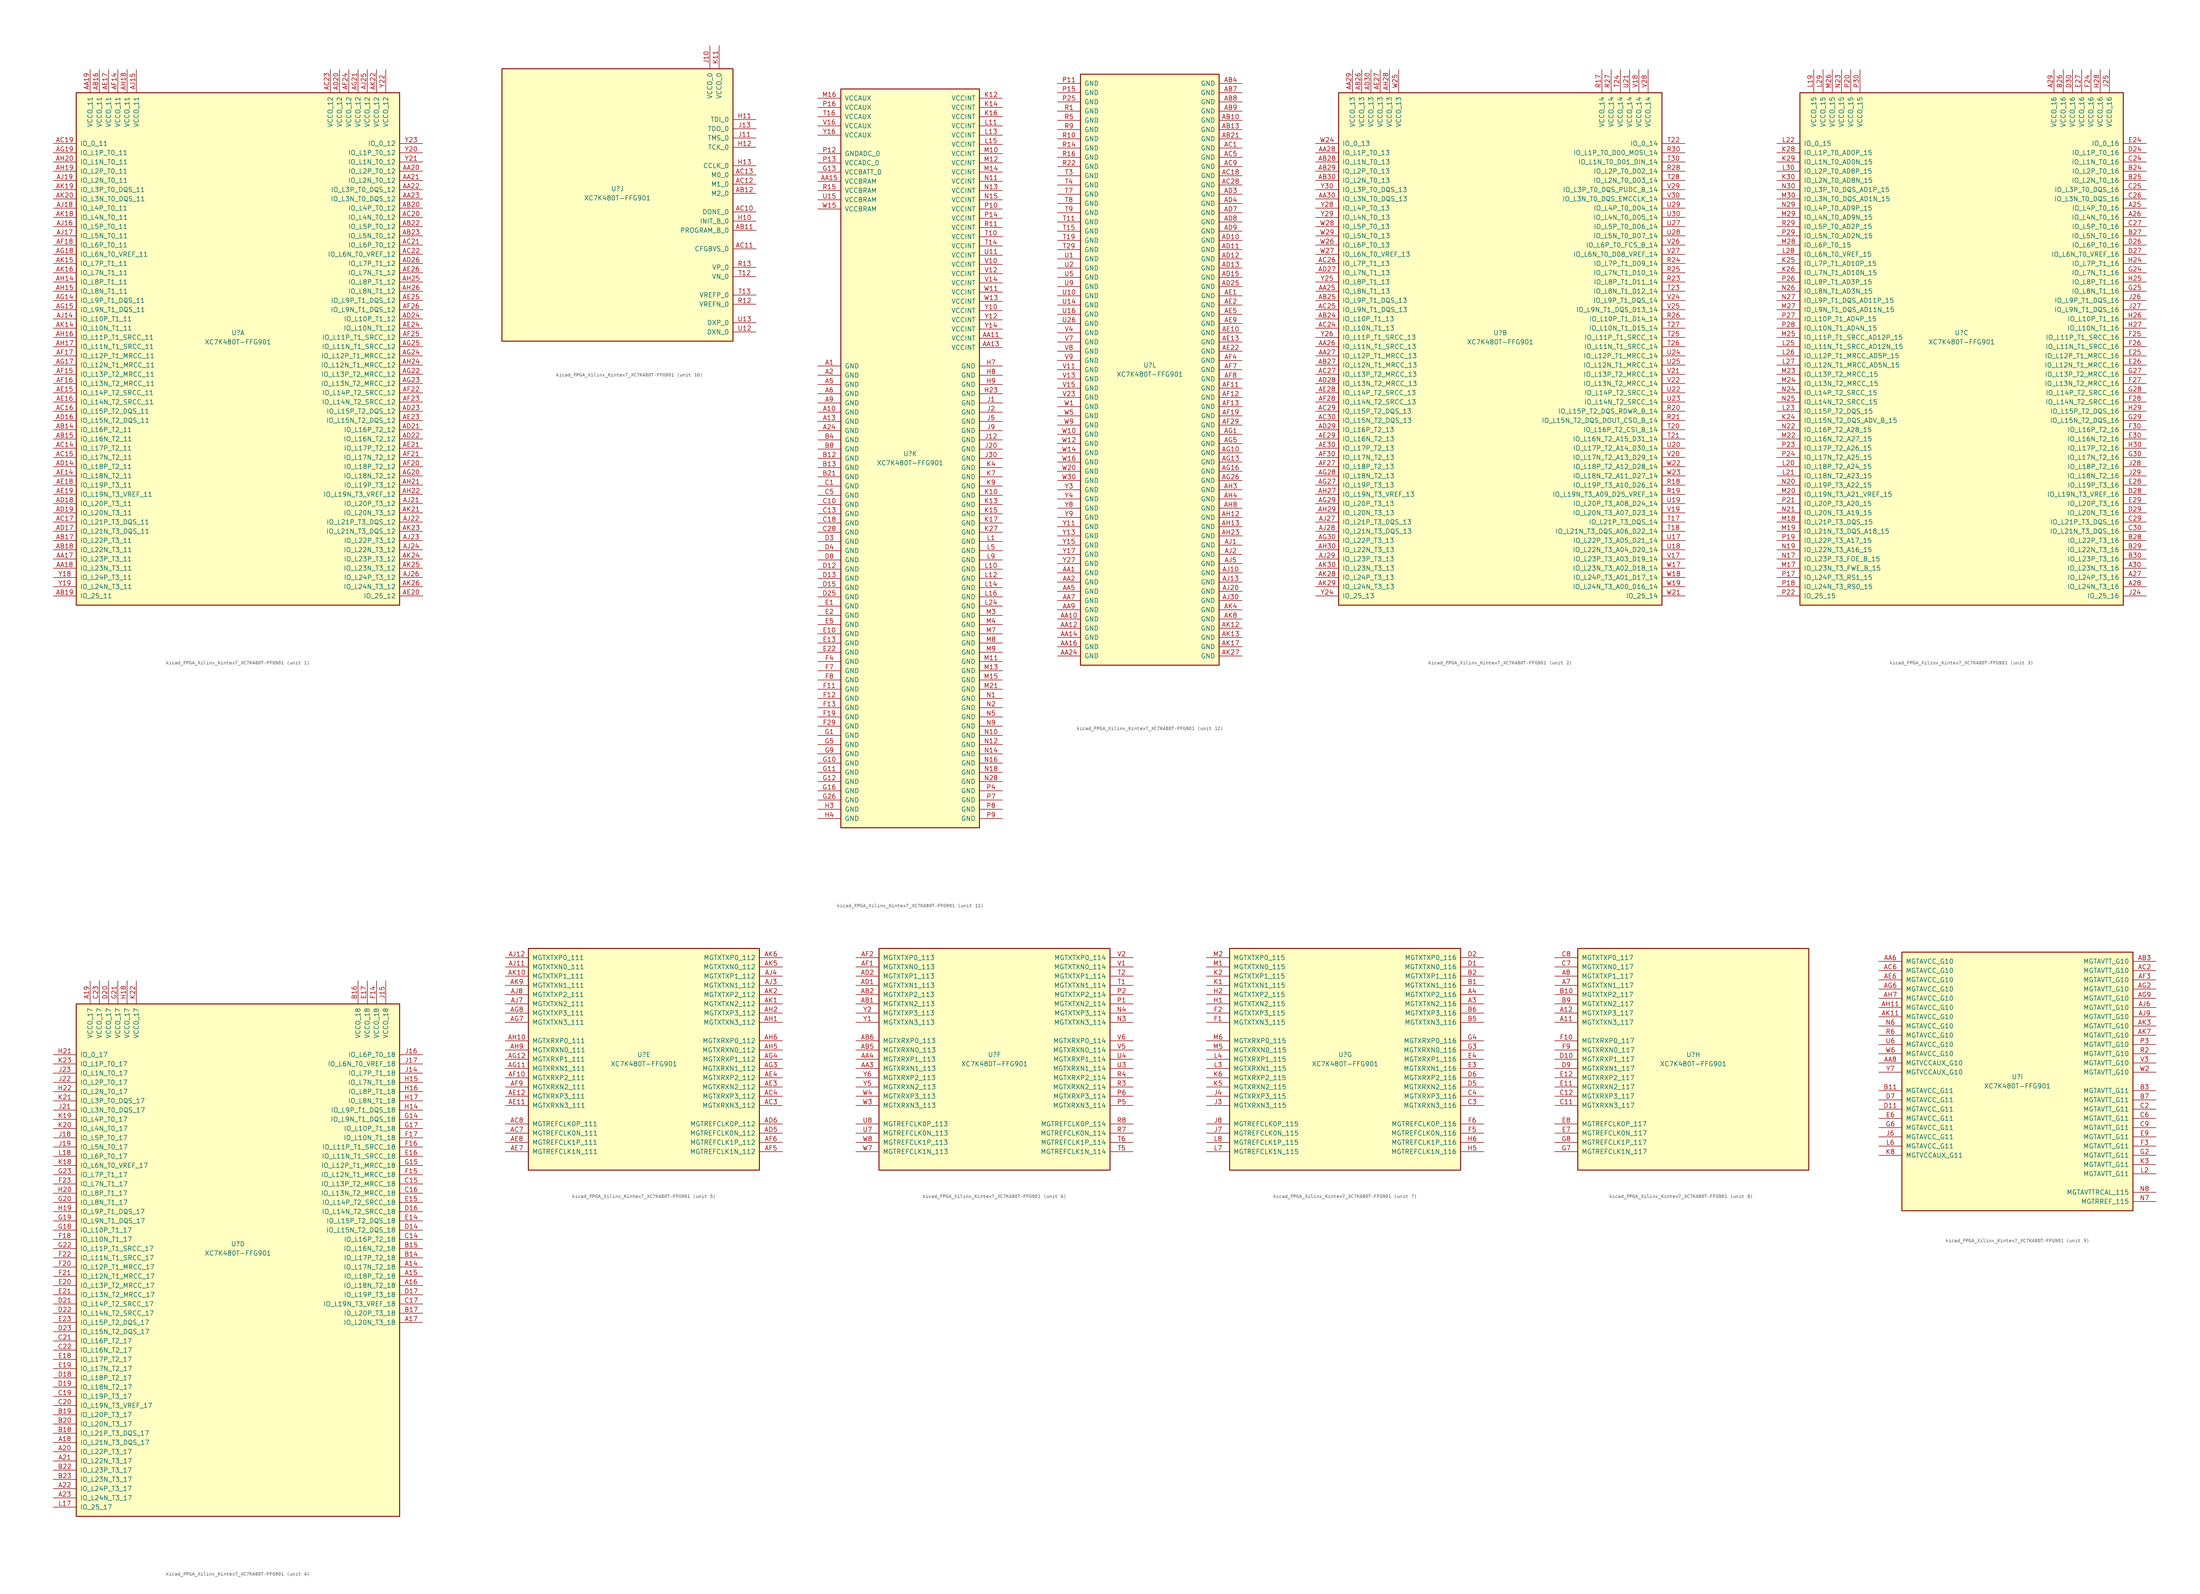
<source format=kicad_sym>
(kicad_symbol_lib
  (version 20220914)
  (generator kicad_symbol_editor)
  (symbol "kicad_FPGA_Xilinx_Kintex7_XC7K480T-FFG901"
    (pin_names
      (offset 1.016))
    (property "Reference" "U"
      (at 0 1.27 0)
      (effects (font (size 1.27 1.27))))
    (property "Value" "XC7K480T-FFG901"
      (at 0 -1.27 0)
      (effects (font (size 1.27 1.27))))
    (property "Datasheet" ""
      (at 0 0 0)
      (effects (font (size 1.27 1.27))))
    (property "ki_locked" ""
      (at 0 0 0)
      (effects (font (size 1.27 1.27))))
    (symbol "kicad_FPGA_Xilinx_Kintex7_XC7K480T-FFG901_1_1"
      (rectangle (start -44.45 67.31) (end 44.45 -73.66) (stroke (width 0.254) (type default)) (fill (type background)))
      (pin bidirectional line (at -50.8 -60.96 0) (length 6.35) (name "IO_L23P_T3_11" (effects (font (size 1.27 1.27)))) (number "AA17" (effects (font (size 1.27 1.27)))))
      (pin bidirectional line (at -50.8 -63.5 0) (length 6.35) (name "IO_L23N_T3_11" (effects (font (size 1.27 1.27)))) (number "AA18" (effects (font (size 1.27 1.27)))))
      (pin power_in line (at -40.64 73.66 270) (length 6.35) (name "VCCO_11" (effects (font (size 1.27 1.27)))) (number "AA19" (effects (font (size 1.27 1.27)))))
      (pin bidirectional line (at 50.8 45.72 180) (length 6.35) (name "IO_L2P_T0_12" (effects (font (size 1.27 1.27)))) (number "AA20" (effects (font (size 1.27 1.27)))))
      (pin bidirectional line (at 50.8 43.18 180) (length 6.35) (name "IO_L2N_T0_12" (effects (font (size 1.27 1.27)))) (number "AA21" (effects (font (size 1.27 1.27)))))
      (pin bidirectional line (at 50.8 40.64 180) (length 6.35) (name "IO_L3P_T0_DQS_12" (effects (font (size 1.27 1.27)))) (number "AA22" (effects (font (size 1.27 1.27)))))
      (pin bidirectional line (at 50.8 38.1 180) (length 6.35) (name "IO_L3N_T0_DQS_12" (effects (font (size 1.27 1.27)))) (number "AA23" (effects (font (size 1.27 1.27)))))
      (pin bidirectional line (at -50.8 -25.4 0) (length 6.35) (name "IO_L16P_T2_11" (effects (font (size 1.27 1.27)))) (number "AB14" (effects (font (size 1.27 1.27)))))
      (pin bidirectional line (at -50.8 -27.94 0) (length 6.35) (name "IO_L16N_T2_11" (effects (font (size 1.27 1.27)))) (number "AB15" (effects (font (size 1.27 1.27)))))
      (pin power_in line (at -38.1 73.66 270) (length 6.35) (name "VCCO_11" (effects (font (size 1.27 1.27)))) (number "AB16" (effects (font (size 1.27 1.27)))))
      (pin bidirectional line (at -50.8 -55.88 0) (length 6.35) (name "IO_L22P_T3_11" (effects (font (size 1.27 1.27)))) (number "AB17" (effects (font (size 1.27 1.27)))))
      (pin bidirectional line (at -50.8 -58.42 0) (length 6.35) (name "IO_L22N_T3_11" (effects (font (size 1.27 1.27)))) (number "AB18" (effects (font (size 1.27 1.27)))))
      (pin bidirectional line (at -50.8 -71.12 0) (length 6.35) (name "IO_25_11" (effects (font (size 1.27 1.27)))) (number "AB19" (effects (font (size 1.27 1.27)))))
      (pin bidirectional line (at 50.8 35.56 180) (length 6.35) (name "IO_L4P_T0_12" (effects (font (size 1.27 1.27)))) (number "AB20" (effects (font (size 1.27 1.27)))))
      (pin bidirectional line (at 50.8 30.48 180) (length 6.35) (name "IO_L5P_T0_12" (effects (font (size 1.27 1.27)))) (number "AB22" (effects (font (size 1.27 1.27)))))
      (pin bidirectional line (at 50.8 27.94 180) (length 6.35) (name "IO_L5N_T0_12" (effects (font (size 1.27 1.27)))) (number "AB23" (effects (font (size 1.27 1.27)))))
      (pin bidirectional line (at -50.8 -30.48 0) (length 6.35) (name "IO_L17P_T2_11" (effects (font (size 1.27 1.27)))) (number "AC14" (effects (font (size 1.27 1.27)))))
      (pin bidirectional line (at -50.8 -33.02 0) (length 6.35) (name "IO_L17N_T2_11" (effects (font (size 1.27 1.27)))) (number "AC15" (effects (font (size 1.27 1.27)))))
      (pin bidirectional line (at -50.8 -20.32 0) (length 6.35) (name "IO_L15P_T2_DQS_11" (effects (font (size 1.27 1.27)))) (number "AC16" (effects (font (size 1.27 1.27)))))
      (pin bidirectional line (at -50.8 -50.8 0) (length 6.35) (name "IO_L21P_T3_DQS_11" (effects (font (size 1.27 1.27)))) (number "AC17" (effects (font (size 1.27 1.27)))))
      (pin bidirectional line (at -50.8 53.34 0) (length 6.35) (name "IO_0_11" (effects (font (size 1.27 1.27)))) (number "AC19" (effects (font (size 1.27 1.27)))))
      (pin bidirectional line (at 50.8 33.02 180) (length 6.35) (name "IO_L4N_T0_12" (effects (font (size 1.27 1.27)))) (number "AC20" (effects (font (size 1.27 1.27)))))
      (pin bidirectional line (at 50.8 25.4 180) (length 6.35) (name "IO_L6P_T0_12" (effects (font (size 1.27 1.27)))) (number "AC21" (effects (font (size 1.27 1.27)))))
      (pin bidirectional line (at 50.8 22.86 180) (length 6.35) (name "IO_L6N_T0_VREF_12" (effects (font (size 1.27 1.27)))) (number "AC22" (effects (font (size 1.27 1.27)))))
      (pin power_in line (at 25.4 73.66 270) (length 6.35) (name "VCCO_12" (effects (font (size 1.27 1.27)))) (number "AC23" (effects (font (size 1.27 1.27)))))
      (pin bidirectional line (at -50.8 -35.56 0) (length 6.35) (name "IO_L18P_T2_11" (effects (font (size 1.27 1.27)))) (number "AD14" (effects (font (size 1.27 1.27)))))
      (pin bidirectional line (at -50.8 -22.86 0) (length 6.35) (name "IO_L15N_T2_DQS_11" (effects (font (size 1.27 1.27)))) (number "AD16" (effects (font (size 1.27 1.27)))))
      (pin bidirectional line (at -50.8 -53.34 0) (length 6.35) (name "IO_L21N_T3_DQS_11" (effects (font (size 1.27 1.27)))) (number "AD17" (effects (font (size 1.27 1.27)))))
      (pin bidirectional line (at -50.8 -45.72 0) (length 6.35) (name "IO_L20P_T3_11" (effects (font (size 1.27 1.27)))) (number "AD18" (effects (font (size 1.27 1.27)))))
      (pin bidirectional line (at -50.8 -48.26 0) (length 6.35) (name "IO_L20N_T3_11" (effects (font (size 1.27 1.27)))) (number "AD19" (effects (font (size 1.27 1.27)))))
      (pin power_in line (at 27.94 73.66 270) (length 6.35) (name "VCCO_12" (effects (font (size 1.27 1.27)))) (number "AD20" (effects (font (size 1.27 1.27)))))
      (pin bidirectional line (at 50.8 -25.4 180) (length 6.35) (name "IO_L16P_T2_12" (effects (font (size 1.27 1.27)))) (number "AD21" (effects (font (size 1.27 1.27)))))
      (pin bidirectional line (at 50.8 -27.94 180) (length 6.35) (name "IO_L16N_T2_12" (effects (font (size 1.27 1.27)))) (number "AD22" (effects (font (size 1.27 1.27)))))
      (pin bidirectional line (at 50.8 -20.32 180) (length 6.35) (name "IO_L15P_T2_DQS_12" (effects (font (size 1.27 1.27)))) (number "AD23" (effects (font (size 1.27 1.27)))))
      (pin bidirectional line (at 50.8 5.08 180) (length 6.35) (name "IO_L10P_T1_12" (effects (font (size 1.27 1.27)))) (number "AD24" (effects (font (size 1.27 1.27)))))
      (pin bidirectional line (at 50.8 20.32 180) (length 6.35) (name "IO_L7P_T1_12" (effects (font (size 1.27 1.27)))) (number "AD26" (effects (font (size 1.27 1.27)))))
      (pin bidirectional line (at -50.8 -38.1 0) (length 6.35) (name "IO_L18N_T2_11" (effects (font (size 1.27 1.27)))) (number "AE14" (effects (font (size 1.27 1.27)))))
      (pin bidirectional line (at -50.8 -15.24 0) (length 6.35) (name "IO_L14P_T2_SRCC_11" (effects (font (size 1.27 1.27)))) (number "AE15" (effects (font (size 1.27 1.27)))))
      (pin bidirectional line (at -50.8 -17.78 0) (length 6.35) (name "IO_L14N_T2_SRCC_11" (effects (font (size 1.27 1.27)))) (number "AE16" (effects (font (size 1.27 1.27)))))
      (pin power_in line (at -35.56 73.66 270) (length 6.35) (name "VCCO_11" (effects (font (size 1.27 1.27)))) (number "AE17" (effects (font (size 1.27 1.27)))))
      (pin bidirectional line (at -50.8 -40.64 0) (length 6.35) (name "IO_L19P_T3_11" (effects (font (size 1.27 1.27)))) (number "AE18" (effects (font (size 1.27 1.27)))))
      (pin bidirectional line (at -50.8 -43.18 0) (length 6.35) (name "IO_L19N_T3_VREF_11" (effects (font (size 1.27 1.27)))) (number "AE19" (effects (font (size 1.27 1.27)))))
      (pin bidirectional line (at 50.8 -71.12 180) (length 6.35) (name "IO_25_12" (effects (font (size 1.27 1.27)))) (number "AE20" (effects (font (size 1.27 1.27)))))
      (pin bidirectional line (at 50.8 -30.48 180) (length 6.35) (name "IO_L17P_T2_12" (effects (font (size 1.27 1.27)))) (number "AE21" (effects (font (size 1.27 1.27)))))
      (pin bidirectional line (at 50.8 -22.86 180) (length 6.35) (name "IO_L15N_T2_DQS_12" (effects (font (size 1.27 1.27)))) (number "AE23" (effects (font (size 1.27 1.27)))))
      (pin bidirectional line (at 50.8 2.54 180) (length 6.35) (name "IO_L10N_T1_12" (effects (font (size 1.27 1.27)))) (number "AE24" (effects (font (size 1.27 1.27)))))
      (pin bidirectional line (at 50.8 10.16 180) (length 6.35) (name "IO_L9P_T1_DQS_12" (effects (font (size 1.27 1.27)))) (number "AE25" (effects (font (size 1.27 1.27)))))
      (pin bidirectional line (at 50.8 17.78 180) (length 6.35) (name "IO_L7N_T1_12" (effects (font (size 1.27 1.27)))) (number "AE26" (effects (font (size 1.27 1.27)))))
      (pin power_in line (at -33.02 73.66 270) (length 6.35) (name "VCCO_11" (effects (font (size 1.27 1.27)))) (number "AF14" (effects (font (size 1.27 1.27)))))
      (pin bidirectional line (at -50.8 -10.16 0) (length 6.35) (name "IO_L13P_T2_MRCC_11" (effects (font (size 1.27 1.27)))) (number "AF15" (effects (font (size 1.27 1.27)))))
      (pin bidirectional line (at -50.8 -12.7 0) (length 6.35) (name "IO_L13N_T2_MRCC_11" (effects (font (size 1.27 1.27)))) (number "AF16" (effects (font (size 1.27 1.27)))))
      (pin bidirectional line (at -50.8 -5.08 0) (length 6.35) (name "IO_L12P_T1_MRCC_11" (effects (font (size 1.27 1.27)))) (number "AF17" (effects (font (size 1.27 1.27)))))
      (pin bidirectional line (at -50.8 25.4 0) (length 6.35) (name "IO_L6P_T0_11" (effects (font (size 1.27 1.27)))) (number "AF18" (effects (font (size 1.27 1.27)))))
      (pin bidirectional line (at 50.8 -35.56 180) (length 6.35) (name "IO_L18P_T2_12" (effects (font (size 1.27 1.27)))) (number "AF20" (effects (font (size 1.27 1.27)))))
      (pin bidirectional line (at 50.8 -33.02 180) (length 6.35) (name "IO_L17N_T2_12" (effects (font (size 1.27 1.27)))) (number "AF21" (effects (font (size 1.27 1.27)))))
      (pin bidirectional line (at 50.8 -15.24 180) (length 6.35) (name "IO_L14P_T2_SRCC_12" (effects (font (size 1.27 1.27)))) (number "AF22" (effects (font (size 1.27 1.27)))))
      (pin bidirectional line (at 50.8 -17.78 180) (length 6.35) (name "IO_L14N_T2_SRCC_12" (effects (font (size 1.27 1.27)))) (number "AF23" (effects (font (size 1.27 1.27)))))
      (pin power_in line (at 30.48 73.66 270) (length 6.35) (name "VCCO_12" (effects (font (size 1.27 1.27)))) (number "AF24" (effects (font (size 1.27 1.27)))))
      (pin bidirectional line (at 50.8 0 180) (length 6.35) (name "IO_L11P_T1_SRCC_12" (effects (font (size 1.27 1.27)))) (number "AF25" (effects (font (size 1.27 1.27)))))
      (pin bidirectional line (at 50.8 7.62 180) (length 6.35) (name "IO_L9N_T1_DQS_12" (effects (font (size 1.27 1.27)))) (number "AF26" (effects (font (size 1.27 1.27)))))
      (pin bidirectional line (at -50.8 10.16 0) (length 6.35) (name "IO_L9P_T1_DQS_11" (effects (font (size 1.27 1.27)))) (number "AG14" (effects (font (size 1.27 1.27)))))
      (pin bidirectional line (at -50.8 7.62 0) (length 6.35) (name "IO_L9N_T1_DQS_11" (effects (font (size 1.27 1.27)))) (number "AG15" (effects (font (size 1.27 1.27)))))
      (pin bidirectional line (at -50.8 -7.62 0) (length 6.35) (name "IO_L12N_T1_MRCC_11" (effects (font (size 1.27 1.27)))) (number "AG17" (effects (font (size 1.27 1.27)))))
      (pin bidirectional line (at -50.8 22.86 0) (length 6.35) (name "IO_L6N_T0_VREF_11" (effects (font (size 1.27 1.27)))) (number "AG18" (effects (font (size 1.27 1.27)))))
      (pin bidirectional line (at -50.8 50.8 0) (length 6.35) (name "IO_L1P_T0_11" (effects (font (size 1.27 1.27)))) (number "AG19" (effects (font (size 1.27 1.27)))))
      (pin bidirectional line (at 50.8 -38.1 180) (length 6.35) (name "IO_L18N_T2_12" (effects (font (size 1.27 1.27)))) (number "AG20" (effects (font (size 1.27 1.27)))))
      (pin power_in line (at 33.02 73.66 270) (length 6.35) (name "VCCO_12" (effects (font (size 1.27 1.27)))) (number "AG21" (effects (font (size 1.27 1.27)))))
      (pin bidirectional line (at 50.8 -10.16 180) (length 6.35) (name "IO_L13P_T2_MRCC_12" (effects (font (size 1.27 1.27)))) (number "AG22" (effects (font (size 1.27 1.27)))))
      (pin bidirectional line (at 50.8 -12.7 180) (length 6.35) (name "IO_L13N_T2_MRCC_12" (effects (font (size 1.27 1.27)))) (number "AG23" (effects (font (size 1.27 1.27)))))
      (pin bidirectional line (at 50.8 -5.08 180) (length 6.35) (name "IO_L12P_T1_MRCC_12" (effects (font (size 1.27 1.27)))) (number "AG24" (effects (font (size 1.27 1.27)))))
      (pin bidirectional line (at 50.8 -2.54 180) (length 6.35) (name "IO_L11N_T1_SRCC_12" (effects (font (size 1.27 1.27)))) (number "AG25" (effects (font (size 1.27 1.27)))))
      (pin bidirectional line (at -50.8 15.24 0) (length 6.35) (name "IO_L8P_T1_11" (effects (font (size 1.27 1.27)))) (number "AH14" (effects (font (size 1.27 1.27)))))
      (pin bidirectional line (at -50.8 12.7 0) (length 6.35) (name "IO_L8N_T1_11" (effects (font (size 1.27 1.27)))) (number "AH15" (effects (font (size 1.27 1.27)))))
      (pin bidirectional line (at -50.8 0 0) (length 6.35) (name "IO_L11P_T1_SRCC_11" (effects (font (size 1.27 1.27)))) (number "AH16" (effects (font (size 1.27 1.27)))))
      (pin bidirectional line (at -50.8 -2.54 0) (length 6.35) (name "IO_L11N_T1_SRCC_11" (effects (font (size 1.27 1.27)))) (number "AH17" (effects (font (size 1.27 1.27)))))
      (pin power_in line (at -30.48 73.66 270) (length 6.35) (name "VCCO_11" (effects (font (size 1.27 1.27)))) (number "AH18" (effects (font (size 1.27 1.27)))))
      (pin bidirectional line (at -50.8 45.72 0) (length 6.35) (name "IO_L2P_T0_11" (effects (font (size 1.27 1.27)))) (number "AH19" (effects (font (size 1.27 1.27)))))
      (pin bidirectional line (at -50.8 48.26 0) (length 6.35) (name "IO_L1N_T0_11" (effects (font (size 1.27 1.27)))) (number "AH20" (effects (font (size 1.27 1.27)))))
      (pin bidirectional line (at 50.8 -40.64 180) (length 6.35) (name "IO_L19P_T3_12" (effects (font (size 1.27 1.27)))) (number "AH21" (effects (font (size 1.27 1.27)))))
      (pin bidirectional line (at 50.8 -43.18 180) (length 6.35) (name "IO_L19N_T3_VREF_12" (effects (font (size 1.27 1.27)))) (number "AH22" (effects (font (size 1.27 1.27)))))
      (pin bidirectional line (at 50.8 -7.62 180) (length 6.35) (name "IO_L12N_T1_MRCC_12" (effects (font (size 1.27 1.27)))) (number "AH24" (effects (font (size 1.27 1.27)))))
      (pin bidirectional line (at 50.8 15.24 180) (length 6.35) (name "IO_L8P_T1_12" (effects (font (size 1.27 1.27)))) (number "AH25" (effects (font (size 1.27 1.27)))))
      (pin bidirectional line (at 50.8 12.7 180) (length 6.35) (name "IO_L8N_T1_12" (effects (font (size 1.27 1.27)))) (number "AH26" (effects (font (size 1.27 1.27)))))
      (pin bidirectional line (at -50.8 5.08 0) (length 6.35) (name "IO_L10P_T1_11" (effects (font (size 1.27 1.27)))) (number "AJ14" (effects (font (size 1.27 1.27)))))
      (pin power_in line (at -27.94 73.66 270) (length 6.35) (name "VCCO_11" (effects (font (size 1.27 1.27)))) (number "AJ15" (effects (font (size 1.27 1.27)))))
      (pin bidirectional line (at -50.8 30.48 0) (length 6.35) (name "IO_L5P_T0_11" (effects (font (size 1.27 1.27)))) (number "AJ16" (effects (font (size 1.27 1.27)))))
      (pin bidirectional line (at -50.8 27.94 0) (length 6.35) (name "IO_L5N_T0_11" (effects (font (size 1.27 1.27)))) (number "AJ17" (effects (font (size 1.27 1.27)))))
      (pin bidirectional line (at -50.8 35.56 0) (length 6.35) (name "IO_L4P_T0_11" (effects (font (size 1.27 1.27)))) (number "AJ18" (effects (font (size 1.27 1.27)))))
      (pin bidirectional line (at -50.8 43.18 0) (length 6.35) (name "IO_L2N_T0_11" (effects (font (size 1.27 1.27)))) (number "AJ19" (effects (font (size 1.27 1.27)))))
      (pin bidirectional line (at 50.8 -45.72 180) (length 6.35) (name "IO_L20P_T3_12" (effects (font (size 1.27 1.27)))) (number "AJ21" (effects (font (size 1.27 1.27)))))
      (pin bidirectional line (at 50.8 -50.8 180) (length 6.35) (name "IO_L21P_T3_DQS_12" (effects (font (size 1.27 1.27)))) (number "AJ22" (effects (font (size 1.27 1.27)))))
      (pin bidirectional line (at 50.8 -55.88 180) (length 6.35) (name "IO_L22P_T3_12" (effects (font (size 1.27 1.27)))) (number "AJ23" (effects (font (size 1.27 1.27)))))
      (pin bidirectional line (at 50.8 -58.42 180) (length 6.35) (name "IO_L22N_T3_12" (effects (font (size 1.27 1.27)))) (number "AJ24" (effects (font (size 1.27 1.27)))))
      (pin power_in line (at 35.56 73.66 270) (length 6.35) (name "VCCO_12" (effects (font (size 1.27 1.27)))) (number "AJ25" (effects (font (size 1.27 1.27)))))
      (pin bidirectional line (at 50.8 -66.04 180) (length 6.35) (name "IO_L24P_T3_12" (effects (font (size 1.27 1.27)))) (number "AJ26" (effects (font (size 1.27 1.27)))))
      (pin bidirectional line (at -50.8 2.54 0) (length 6.35) (name "IO_L10N_T1_11" (effects (font (size 1.27 1.27)))) (number "AK14" (effects (font (size 1.27 1.27)))))
      (pin bidirectional line (at -50.8 20.32 0) (length 6.35) (name "IO_L7P_T1_11" (effects (font (size 1.27 1.27)))) (number "AK15" (effects (font (size 1.27 1.27)))))
      (pin bidirectional line (at -50.8 17.78 0) (length 6.35) (name "IO_L7N_T1_11" (effects (font (size 1.27 1.27)))) (number "AK16" (effects (font (size 1.27 1.27)))))
      (pin bidirectional line (at -50.8 33.02 0) (length 6.35) (name "IO_L4N_T0_11" (effects (font (size 1.27 1.27)))) (number "AK18" (effects (font (size 1.27 1.27)))))
      (pin bidirectional line (at -50.8 40.64 0) (length 6.35) (name "IO_L3P_T0_DQS_11" (effects (font (size 1.27 1.27)))) (number "AK19" (effects (font (size 1.27 1.27)))))
      (pin bidirectional line (at -50.8 38.1 0) (length 6.35) (name "IO_L3N_T0_DQS_11" (effects (font (size 1.27 1.27)))) (number "AK20" (effects (font (size 1.27 1.27)))))
      (pin bidirectional line (at 50.8 -48.26 180) (length 6.35) (name "IO_L20N_T3_12" (effects (font (size 1.27 1.27)))) (number "AK21" (effects (font (size 1.27 1.27)))))
      (pin power_in line (at 38.1 73.66 270) (length 6.35) (name "VCCO_12" (effects (font (size 1.27 1.27)))) (number "AK22" (effects (font (size 1.27 1.27)))))
      (pin bidirectional line (at 50.8 -53.34 180) (length 6.35) (name "IO_L21N_T3_DQS_12" (effects (font (size 1.27 1.27)))) (number "AK23" (effects (font (size 1.27 1.27)))))
      (pin bidirectional line (at 50.8 -60.96 180) (length 6.35) (name "IO_L23P_T3_12" (effects (font (size 1.27 1.27)))) (number "AK24" (effects (font (size 1.27 1.27)))))
      (pin bidirectional line (at 50.8 -63.5 180) (length 6.35) (name "IO_L23N_T3_12" (effects (font (size 1.27 1.27)))) (number "AK25" (effects (font (size 1.27 1.27)))))
      (pin bidirectional line (at 50.8 -68.58 180) (length 6.35) (name "IO_L24N_T3_12" (effects (font (size 1.27 1.27)))) (number "AK26" (effects (font (size 1.27 1.27)))))
      (pin bidirectional line (at -50.8 -66.04 0) (length 6.35) (name "IO_L24P_T3_11" (effects (font (size 1.27 1.27)))) (number "Y18" (effects (font (size 1.27 1.27)))))
      (pin bidirectional line (at -50.8 -68.58 0) (length 6.35) (name "IO_L24N_T3_11" (effects (font (size 1.27 1.27)))) (number "Y19" (effects (font (size 1.27 1.27)))))
      (pin bidirectional line (at 50.8 50.8 180) (length 6.35) (name "IO_L1P_T0_12" (effects (font (size 1.27 1.27)))) (number "Y20" (effects (font (size 1.27 1.27)))))
      (pin bidirectional line (at 50.8 48.26 180) (length 6.35) (name "IO_L1N_T0_12" (effects (font (size 1.27 1.27)))) (number "Y21" (effects (font (size 1.27 1.27)))))
      (pin power_in line (at 40.64 73.66 270) (length 6.35) (name "VCCO_12" (effects (font (size 1.27 1.27)))) (number "Y22" (effects (font (size 1.27 1.27)))))
      (pin bidirectional line (at 50.8 53.34 180) (length 6.35) (name "IO_0_12" (effects (font (size 1.27 1.27)))) (number "Y23" (effects (font (size 1.27 1.27))))))
    (symbol "kicad_FPGA_Xilinx_Kintex7_XC7K480T-FFG901_2_1"
      (rectangle (start -44.45 67.31) (end 44.45 -73.66) (stroke (width 0.254) (type default)) (fill (type background)))
      (pin bidirectional line (at -50.8 12.7 0) (length 6.35) (name "IO_L8N_T1_13" (effects (font (size 1.27 1.27)))) (number "AA25" (effects (font (size 1.27 1.27)))))
      (pin bidirectional line (at -50.8 -2.54 0) (length 6.35) (name "IO_L11N_T1_SRCC_13" (effects (font (size 1.27 1.27)))) (number "AA26" (effects (font (size 1.27 1.27)))))
      (pin bidirectional line (at -50.8 -5.08 0) (length 6.35) (name "IO_L12P_T1_MRCC_13" (effects (font (size 1.27 1.27)))) (number "AA27" (effects (font (size 1.27 1.27)))))
      (pin bidirectional line (at -50.8 50.8 0) (length 6.35) (name "IO_L1P_T0_13" (effects (font (size 1.27 1.27)))) (number "AA28" (effects (font (size 1.27 1.27)))))
      (pin power_in line (at -40.64 73.66 270) (length 6.35) (name "VCCO_13" (effects (font (size 1.27 1.27)))) (number "AA29" (effects (font (size 1.27 1.27)))))
      (pin bidirectional line (at -50.8 38.1 0) (length 6.35) (name "IO_L3N_T0_DQS_13" (effects (font (size 1.27 1.27)))) (number "AA30" (effects (font (size 1.27 1.27)))))
      (pin bidirectional line (at -50.8 5.08 0) (length 6.35) (name "IO_L10P_T1_13" (effects (font (size 1.27 1.27)))) (number "AB24" (effects (font (size 1.27 1.27)))))
      (pin bidirectional line (at -50.8 10.16 0) (length 6.35) (name "IO_L9P_T1_DQS_13" (effects (font (size 1.27 1.27)))) (number "AB25" (effects (font (size 1.27 1.27)))))
      (pin power_in line (at -38.1 73.66 270) (length 6.35) (name "VCCO_13" (effects (font (size 1.27 1.27)))) (number "AB26" (effects (font (size 1.27 1.27)))))
      (pin bidirectional line (at -50.8 -7.62 0) (length 6.35) (name "IO_L12N_T1_MRCC_13" (effects (font (size 1.27 1.27)))) (number "AB27" (effects (font (size 1.27 1.27)))))
      (pin bidirectional line (at -50.8 48.26 0) (length 6.35) (name "IO_L1N_T0_13" (effects (font (size 1.27 1.27)))) (number "AB28" (effects (font (size 1.27 1.27)))))
      (pin bidirectional line (at -50.8 45.72 0) (length 6.35) (name "IO_L2P_T0_13" (effects (font (size 1.27 1.27)))) (number "AB29" (effects (font (size 1.27 1.27)))))
      (pin bidirectional line (at -50.8 43.18 0) (length 6.35) (name "IO_L2N_T0_13" (effects (font (size 1.27 1.27)))) (number "AB30" (effects (font (size 1.27 1.27)))))
      (pin bidirectional line (at -50.8 2.54 0) (length 6.35) (name "IO_L10N_T1_13" (effects (font (size 1.27 1.27)))) (number "AC24" (effects (font (size 1.27 1.27)))))
      (pin bidirectional line (at -50.8 7.62 0) (length 6.35) (name "IO_L9N_T1_DQS_13" (effects (font (size 1.27 1.27)))) (number "AC25" (effects (font (size 1.27 1.27)))))
      (pin bidirectional line (at -50.8 20.32 0) (length 6.35) (name "IO_L7P_T1_13" (effects (font (size 1.27 1.27)))) (number "AC26" (effects (font (size 1.27 1.27)))))
      (pin bidirectional line (at -50.8 -10.16 0) (length 6.35) (name "IO_L13P_T2_MRCC_13" (effects (font (size 1.27 1.27)))) (number "AC27" (effects (font (size 1.27 1.27)))))
      (pin bidirectional line (at -50.8 -20.32 0) (length 6.35) (name "IO_L15P_T2_DQS_13" (effects (font (size 1.27 1.27)))) (number "AC29" (effects (font (size 1.27 1.27)))))
      (pin bidirectional line (at -50.8 -22.86 0) (length 6.35) (name "IO_L15N_T2_DQS_13" (effects (font (size 1.27 1.27)))) (number "AC30" (effects (font (size 1.27 1.27)))))
      (pin bidirectional line (at -50.8 17.78 0) (length 6.35) (name "IO_L7N_T1_13" (effects (font (size 1.27 1.27)))) (number "AD27" (effects (font (size 1.27 1.27)))))
      (pin bidirectional line (at -50.8 -12.7 0) (length 6.35) (name "IO_L13N_T2_MRCC_13" (effects (font (size 1.27 1.27)))) (number "AD28" (effects (font (size 1.27 1.27)))))
      (pin bidirectional line (at -50.8 -25.4 0) (length 6.35) (name "IO_L16P_T2_13" (effects (font (size 1.27 1.27)))) (number "AD29" (effects (font (size 1.27 1.27)))))
      (pin power_in line (at -35.56 73.66 270) (length 6.35) (name "VCCO_13" (effects (font (size 1.27 1.27)))) (number "AD30" (effects (font (size 1.27 1.27)))))
      (pin power_in line (at -33.02 73.66 270) (length 6.35) (name "VCCO_13" (effects (font (size 1.27 1.27)))) (number "AE27" (effects (font (size 1.27 1.27)))))
      (pin bidirectional line (at -50.8 -15.24 0) (length 6.35) (name "IO_L14P_T2_SRCC_13" (effects (font (size 1.27 1.27)))) (number "AE28" (effects (font (size 1.27 1.27)))))
      (pin bidirectional line (at -50.8 -27.94 0) (length 6.35) (name "IO_L16N_T2_13" (effects (font (size 1.27 1.27)))) (number "AE29" (effects (font (size 1.27 1.27)))))
      (pin bidirectional line (at -50.8 -30.48 0) (length 6.35) (name "IO_L17P_T2_13" (effects (font (size 1.27 1.27)))) (number "AE30" (effects (font (size 1.27 1.27)))))
      (pin bidirectional line (at -50.8 -35.56 0) (length 6.35) (name "IO_L18P_T2_13" (effects (font (size 1.27 1.27)))) (number "AF27" (effects (font (size 1.27 1.27)))))
      (pin bidirectional line (at -50.8 -17.78 0) (length 6.35) (name "IO_L14N_T2_SRCC_13" (effects (font (size 1.27 1.27)))) (number "AF28" (effects (font (size 1.27 1.27)))))
      (pin bidirectional line (at -50.8 -33.02 0) (length 6.35) (name "IO_L17N_T2_13" (effects (font (size 1.27 1.27)))) (number "AF30" (effects (font (size 1.27 1.27)))))
      (pin bidirectional line (at -50.8 -40.64 0) (length 6.35) (name "IO_L19P_T3_13" (effects (font (size 1.27 1.27)))) (number "AG27" (effects (font (size 1.27 1.27)))))
      (pin bidirectional line (at -50.8 -38.1 0) (length 6.35) (name "IO_L18N_T2_13" (effects (font (size 1.27 1.27)))) (number "AG28" (effects (font (size 1.27 1.27)))))
      (pin bidirectional line (at -50.8 -45.72 0) (length 6.35) (name "IO_L20P_T3_13" (effects (font (size 1.27 1.27)))) (number "AG29" (effects (font (size 1.27 1.27)))))
      (pin bidirectional line (at -50.8 -55.88 0) (length 6.35) (name "IO_L22P_T3_13" (effects (font (size 1.27 1.27)))) (number "AG30" (effects (font (size 1.27 1.27)))))
      (pin bidirectional line (at -50.8 -43.18 0) (length 6.35) (name "IO_L19N_T3_VREF_13" (effects (font (size 1.27 1.27)))) (number "AH27" (effects (font (size 1.27 1.27)))))
      (pin power_in line (at -30.48 73.66 270) (length 6.35) (name "VCCO_13" (effects (font (size 1.27 1.27)))) (number "AH28" (effects (font (size 1.27 1.27)))))
      (pin bidirectional line (at -50.8 -48.26 0) (length 6.35) (name "IO_L20N_T3_13" (effects (font (size 1.27 1.27)))) (number "AH29" (effects (font (size 1.27 1.27)))))
      (pin bidirectional line (at -50.8 -58.42 0) (length 6.35) (name "IO_L22N_T3_13" (effects (font (size 1.27 1.27)))) (number "AH30" (effects (font (size 1.27 1.27)))))
      (pin bidirectional line (at -50.8 -50.8 0) (length 6.35) (name "IO_L21P_T3_DQS_13" (effects (font (size 1.27 1.27)))) (number "AJ27" (effects (font (size 1.27 1.27)))))
      (pin bidirectional line (at -50.8 -53.34 0) (length 6.35) (name "IO_L21N_T3_DQS_13" (effects (font (size 1.27 1.27)))) (number "AJ28" (effects (font (size 1.27 1.27)))))
      (pin bidirectional line (at -50.8 -60.96 0) (length 6.35) (name "IO_L23P_T3_13" (effects (font (size 1.27 1.27)))) (number "AJ29" (effects (font (size 1.27 1.27)))))
      (pin bidirectional line (at -50.8 -66.04 0) (length 6.35) (name "IO_L24P_T3_13" (effects (font (size 1.27 1.27)))) (number "AK28" (effects (font (size 1.27 1.27)))))
      (pin bidirectional line (at -50.8 -68.58 0) (length 6.35) (name "IO_L24N_T3_13" (effects (font (size 1.27 1.27)))) (number "AK29" (effects (font (size 1.27 1.27)))))
      (pin bidirectional line (at -50.8 -63.5 0) (length 6.35) (name "IO_L23N_T3_13" (effects (font (size 1.27 1.27)))) (number "AK30" (effects (font (size 1.27 1.27)))))
      (pin power_in line (at 27.94 73.66 270) (length 6.35) (name "VCCO_14" (effects (font (size 1.27 1.27)))) (number "R17" (effects (font (size 1.27 1.27)))))
      (pin bidirectional line (at 50.8 -40.64 180) (length 6.35) (name "IO_L19P_T3_A10_D26_14" (effects (font (size 1.27 1.27)))) (number "R18" (effects (font (size 1.27 1.27)))))
      (pin bidirectional line (at 50.8 -43.18 180) (length 6.35) (name "IO_L19N_T3_A09_D25_VREF_14" (effects (font (size 1.27 1.27)))) (number "R19" (effects (font (size 1.27 1.27)))))
      (pin bidirectional line (at 50.8 -20.32 180) (length 6.35) (name "IO_L15P_T2_DQS_RDWR_B_14" (effects (font (size 1.27 1.27)))) (number "R20" (effects (font (size 1.27 1.27)))))
      (pin bidirectional line (at 50.8 -22.86 180) (length 6.35) (name "IO_L15N_T2_DQS_DOUT_CSO_B_14" (effects (font (size 1.27 1.27)))) (number "R21" (effects (font (size 1.27 1.27)))))
      (pin bidirectional line (at 50.8 15.24 180) (length 6.35) (name "IO_L8P_T1_D11_14" (effects (font (size 1.27 1.27)))) (number "R23" (effects (font (size 1.27 1.27)))))
      (pin bidirectional line (at 50.8 20.32 180) (length 6.35) (name "IO_L7P_T1_D09_14" (effects (font (size 1.27 1.27)))) (number "R24" (effects (font (size 1.27 1.27)))))
      (pin bidirectional line (at 50.8 17.78 180) (length 6.35) (name "IO_L7N_T1_D10_14" (effects (font (size 1.27 1.27)))) (number "R25" (effects (font (size 1.27 1.27)))))
      (pin bidirectional line (at 50.8 5.08 180) (length 6.35) (name "IO_L10P_T1_D14_14" (effects (font (size 1.27 1.27)))) (number "R26" (effects (font (size 1.27 1.27)))))
      (pin power_in line (at 30.48 73.66 270) (length 6.35) (name "VCCO_14" (effects (font (size 1.27 1.27)))) (number "R27" (effects (font (size 1.27 1.27)))))
      (pin bidirectional line (at 50.8 45.72 180) (length 6.35) (name "IO_L2P_T0_D02_14" (effects (font (size 1.27 1.27)))) (number "R28" (effects (font (size 1.27 1.27)))))
      (pin bidirectional line (at 50.8 50.8 180) (length 6.35) (name "IO_L1P_T0_D00_MOSI_14" (effects (font (size 1.27 1.27)))) (number "R30" (effects (font (size 1.27 1.27)))))
      (pin bidirectional line (at 50.8 -50.8 180) (length 6.35) (name "IO_L21P_T3_DQS_14" (effects (font (size 1.27 1.27)))) (number "T17" (effects (font (size 1.27 1.27)))))
      (pin bidirectional line (at 50.8 -53.34 180) (length 6.35) (name "IO_L21N_T3_DQS_A06_D22_14" (effects (font (size 1.27 1.27)))) (number "T18" (effects (font (size 1.27 1.27)))))
      (pin bidirectional line (at 50.8 -25.4 180) (length 6.35) (name "IO_L16P_T2_CSI_B_14" (effects (font (size 1.27 1.27)))) (number "T20" (effects (font (size 1.27 1.27)))))
      (pin bidirectional line (at 50.8 -27.94 180) (length 6.35) (name "IO_L16N_T2_A15_D31_14" (effects (font (size 1.27 1.27)))) (number "T21" (effects (font (size 1.27 1.27)))))
      (pin bidirectional line (at 50.8 53.34 180) (length 6.35) (name "IO_0_14" (effects (font (size 1.27 1.27)))) (number "T22" (effects (font (size 1.27 1.27)))))
      (pin bidirectional line (at 50.8 12.7 180) (length 6.35) (name "IO_L8N_T1_D12_14" (effects (font (size 1.27 1.27)))) (number "T23" (effects (font (size 1.27 1.27)))))
      (pin power_in line (at 33.02 73.66 270) (length 6.35) (name "VCCO_14" (effects (font (size 1.27 1.27)))) (number "T24" (effects (font (size 1.27 1.27)))))
      (pin bidirectional line (at 50.8 0 180) (length 6.35) (name "IO_L11P_T1_SRCC_14" (effects (font (size 1.27 1.27)))) (number "T25" (effects (font (size 1.27 1.27)))))
      (pin bidirectional line (at 50.8 -2.54 180) (length 6.35) (name "IO_L11N_T1_SRCC_14" (effects (font (size 1.27 1.27)))) (number "T26" (effects (font (size 1.27 1.27)))))
      (pin bidirectional line (at 50.8 2.54 180) (length 6.35) (name "IO_L10N_T1_D15_14" (effects (font (size 1.27 1.27)))) (number "T27" (effects (font (size 1.27 1.27)))))
      (pin bidirectional line (at 50.8 43.18 180) (length 6.35) (name "IO_L2N_T0_D03_14" (effects (font (size 1.27 1.27)))) (number "T28" (effects (font (size 1.27 1.27)))))
      (pin bidirectional line (at 50.8 48.26 180) (length 6.35) (name "IO_L1N_T0_D01_DIN_14" (effects (font (size 1.27 1.27)))) (number "T30" (effects (font (size 1.27 1.27)))))
      (pin bidirectional line (at 50.8 -55.88 180) (length 6.35) (name "IO_L22P_T3_A05_D21_14" (effects (font (size 1.27 1.27)))) (number "U17" (effects (font (size 1.27 1.27)))))
      (pin bidirectional line (at 50.8 -58.42 180) (length 6.35) (name "IO_L22N_T3_A04_D20_14" (effects (font (size 1.27 1.27)))) (number "U18" (effects (font (size 1.27 1.27)))))
      (pin bidirectional line (at 50.8 -45.72 180) (length 6.35) (name "IO_L20P_T3_A08_D24_14" (effects (font (size 1.27 1.27)))) (number "U19" (effects (font (size 1.27 1.27)))))
      (pin bidirectional line (at 50.8 -30.48 180) (length 6.35) (name "IO_L17P_T2_A14_D30_14" (effects (font (size 1.27 1.27)))) (number "U20" (effects (font (size 1.27 1.27)))))
      (pin power_in line (at 35.56 73.66 270) (length 6.35) (name "VCCO_14" (effects (font (size 1.27 1.27)))) (number "U21" (effects (font (size 1.27 1.27)))))
      (pin bidirectional line (at 50.8 -15.24 180) (length 6.35) (name "IO_L14P_T2_SRCC_14" (effects (font (size 1.27 1.27)))) (number "U22" (effects (font (size 1.27 1.27)))))
      (pin bidirectional line (at 50.8 -17.78 180) (length 6.35) (name "IO_L14N_T2_SRCC_14" (effects (font (size 1.27 1.27)))) (number "U23" (effects (font (size 1.27 1.27)))))
      (pin bidirectional line (at 50.8 -5.08 180) (length 6.35) (name "IO_L12P_T1_MRCC_14" (effects (font (size 1.27 1.27)))) (number "U24" (effects (font (size 1.27 1.27)))))
      (pin bidirectional line (at 50.8 -7.62 180) (length 6.35) (name "IO_L12N_T1_MRCC_14" (effects (font (size 1.27 1.27)))) (number "U25" (effects (font (size 1.27 1.27)))))
      (pin bidirectional line (at 50.8 30.48 180) (length 6.35) (name "IO_L5P_T0_D06_14" (effects (font (size 1.27 1.27)))) (number "U27" (effects (font (size 1.27 1.27)))))
      (pin bidirectional line (at 50.8 27.94 180) (length 6.35) (name "IO_L5N_T0_D07_14" (effects (font (size 1.27 1.27)))) (number "U28" (effects (font (size 1.27 1.27)))))
      (pin bidirectional line (at 50.8 35.56 180) (length 6.35) (name "IO_L4P_T0_D04_14" (effects (font (size 1.27 1.27)))) (number "U29" (effects (font (size 1.27 1.27)))))
      (pin bidirectional line (at 50.8 33.02 180) (length 6.35) (name "IO_L4N_T0_D05_14" (effects (font (size 1.27 1.27)))) (number "U30" (effects (font (size 1.27 1.27)))))
      (pin bidirectional line (at 50.8 -60.96 180) (length 6.35) (name "IO_L23P_T3_A03_D19_14" (effects (font (size 1.27 1.27)))) (number "V17" (effects (font (size 1.27 1.27)))))
      (pin power_in line (at 38.1 73.66 270) (length 6.35) (name "VCCO_14" (effects (font (size 1.27 1.27)))) (number "V18" (effects (font (size 1.27 1.27)))))
      (pin bidirectional line (at 50.8 -48.26 180) (length 6.35) (name "IO_L20N_T3_A07_D23_14" (effects (font (size 1.27 1.27)))) (number "V19" (effects (font (size 1.27 1.27)))))
      (pin bidirectional line (at 50.8 -33.02 180) (length 6.35) (name "IO_L17N_T2_A13_D29_14" (effects (font (size 1.27 1.27)))) (number "V20" (effects (font (size 1.27 1.27)))))
      (pin bidirectional line (at 50.8 -10.16 180) (length 6.35) (name "IO_L13P_T2_MRCC_14" (effects (font (size 1.27 1.27)))) (number "V21" (effects (font (size 1.27 1.27)))))
      (pin bidirectional line (at 50.8 -12.7 180) (length 6.35) (name "IO_L13N_T2_MRCC_14" (effects (font (size 1.27 1.27)))) (number "V22" (effects (font (size 1.27 1.27)))))
      (pin bidirectional line (at 50.8 10.16 180) (length 6.35) (name "IO_L9P_T1_DQS_14" (effects (font (size 1.27 1.27)))) (number "V24" (effects (font (size 1.27 1.27)))))
      (pin bidirectional line (at 50.8 7.62 180) (length 6.35) (name "IO_L9N_T1_DQS_D13_14" (effects (font (size 1.27 1.27)))) (number "V25" (effects (font (size 1.27 1.27)))))
      (pin bidirectional line (at 50.8 25.4 180) (length 6.35) (name "IO_L6P_T0_FCS_B_14" (effects (font (size 1.27 1.27)))) (number "V26" (effects (font (size 1.27 1.27)))))
      (pin bidirectional line (at 50.8 22.86 180) (length 6.35) (name "IO_L6N_T0_D08_VREF_14" (effects (font (size 1.27 1.27)))) (number "V27" (effects (font (size 1.27 1.27)))))
      (pin power_in line (at 40.64 73.66 270) (length 6.35) (name "VCCO_14" (effects (font (size 1.27 1.27)))) (number "V28" (effects (font (size 1.27 1.27)))))
      (pin bidirectional line (at 50.8 40.64 180) (length 6.35) (name "IO_L3P_T0_DQS_PUDC_B_14" (effects (font (size 1.27 1.27)))) (number "V29" (effects (font (size 1.27 1.27)))))
      (pin bidirectional line (at 50.8 38.1 180) (length 6.35) (name "IO_L3N_T0_DQS_EMCCLK_14" (effects (font (size 1.27 1.27)))) (number "V30" (effects (font (size 1.27 1.27)))))
      (pin bidirectional line (at 50.8 -63.5 180) (length 6.35) (name "IO_L23N_T3_A02_D18_14" (effects (font (size 1.27 1.27)))) (number "W17" (effects (font (size 1.27 1.27)))))
      (pin bidirectional line (at 50.8 -66.04 180) (length 6.35) (name "IO_L24P_T3_A01_D17_14" (effects (font (size 1.27 1.27)))) (number "W18" (effects (font (size 1.27 1.27)))))
      (pin bidirectional line (at 50.8 -68.58 180) (length 6.35) (name "IO_L24N_T3_A00_D16_14" (effects (font (size 1.27 1.27)))) (number "W19" (effects (font (size 1.27 1.27)))))
      (pin bidirectional line (at 50.8 -71.12 180) (length 6.35) (name "IO_25_14" (effects (font (size 1.27 1.27)))) (number "W21" (effects (font (size 1.27 1.27)))))
      (pin bidirectional line (at 50.8 -35.56 180) (length 6.35) (name "IO_L18P_T2_A12_D28_14" (effects (font (size 1.27 1.27)))) (number "W22" (effects (font (size 1.27 1.27)))))
      (pin bidirectional line (at 50.8 -38.1 180) (length 6.35) (name "IO_L18N_T2_A11_D27_14" (effects (font (size 1.27 1.27)))) (number "W23" (effects (font (size 1.27 1.27)))))
      (pin bidirectional line (at -50.8 53.34 0) (length 6.35) (name "IO_0_13" (effects (font (size 1.27 1.27)))) (number "W24" (effects (font (size 1.27 1.27)))))
      (pin power_in line (at -27.94 73.66 270) (length 6.35) (name "VCCO_13" (effects (font (size 1.27 1.27)))) (number "W25" (effects (font (size 1.27 1.27)))))
      (pin bidirectional line (at -50.8 25.4 0) (length 6.35) (name "IO_L6P_T0_13" (effects (font (size 1.27 1.27)))) (number "W26" (effects (font (size 1.27 1.27)))))
      (pin bidirectional line (at -50.8 22.86 0) (length 6.35) (name "IO_L6N_T0_VREF_13" (effects (font (size 1.27 1.27)))) (number "W27" (effects (font (size 1.27 1.27)))))
      (pin bidirectional line (at -50.8 30.48 0) (length 6.35) (name "IO_L5P_T0_13" (effects (font (size 1.27 1.27)))) (number "W28" (effects (font (size 1.27 1.27)))))
      (pin bidirectional line (at -50.8 27.94 0) (length 6.35) (name "IO_L5N_T0_13" (effects (font (size 1.27 1.27)))) (number "W29" (effects (font (size 1.27 1.27)))))
      (pin bidirectional line (at -50.8 -71.12 0) (length 6.35) (name "IO_25_13" (effects (font (size 1.27 1.27)))) (number "Y24" (effects (font (size 1.27 1.27)))))
      (pin bidirectional line (at -50.8 15.24 0) (length 6.35) (name "IO_L8P_T1_13" (effects (font (size 1.27 1.27)))) (number "Y25" (effects (font (size 1.27 1.27)))))
      (pin bidirectional line (at -50.8 0 0) (length 6.35) (name "IO_L11P_T1_SRCC_13" (effects (font (size 1.27 1.27)))) (number "Y26" (effects (font (size 1.27 1.27)))))
      (pin bidirectional line (at -50.8 35.56 0) (length 6.35) (name "IO_L4P_T0_13" (effects (font (size 1.27 1.27)))) (number "Y28" (effects (font (size 1.27 1.27)))))
      (pin bidirectional line (at -50.8 33.02 0) (length 6.35) (name "IO_L4N_T0_13" (effects (font (size 1.27 1.27)))) (number "Y29" (effects (font (size 1.27 1.27)))))
      (pin bidirectional line (at -50.8 40.64 0) (length 6.35) (name "IO_L3P_T0_DQS_13" (effects (font (size 1.27 1.27)))) (number "Y30" (effects (font (size 1.27 1.27))))))
    (symbol "kicad_FPGA_Xilinx_Kintex7_XC7K480T-FFG901_3_1"
      (rectangle (start -44.45 67.31) (end 44.45 -73.66) (stroke (width 0.254) (type default)) (fill (type background)))
      (pin bidirectional line (at 50.8 35.56 180) (length 6.35) (name "IO_L4P_T0_16" (effects (font (size 1.27 1.27)))) (number "A25" (effects (font (size 1.27 1.27)))))
      (pin bidirectional line (at 50.8 33.02 180) (length 6.35) (name "IO_L4N_T0_16" (effects (font (size 1.27 1.27)))) (number "A26" (effects (font (size 1.27 1.27)))))
      (pin bidirectional line (at 50.8 -66.04 180) (length 6.35) (name "IO_L24P_T3_16" (effects (font (size 1.27 1.27)))) (number "A27" (effects (font (size 1.27 1.27)))))
      (pin bidirectional line (at 50.8 -68.58 180) (length 6.35) (name "IO_L24N_T3_16" (effects (font (size 1.27 1.27)))) (number "A28" (effects (font (size 1.27 1.27)))))
      (pin power_in line (at 25.4 73.66 270) (length 6.35) (name "VCCO_16" (effects (font (size 1.27 1.27)))) (number "A29" (effects (font (size 1.27 1.27)))))
      (pin bidirectional line (at 50.8 -63.5 180) (length 6.35) (name "IO_L23N_T3_16" (effects (font (size 1.27 1.27)))) (number "A30" (effects (font (size 1.27 1.27)))))
      (pin bidirectional line (at 50.8 45.72 180) (length 6.35) (name "IO_L2P_T0_16" (effects (font (size 1.27 1.27)))) (number "B24" (effects (font (size 1.27 1.27)))))
      (pin bidirectional line (at 50.8 43.18 180) (length 6.35) (name "IO_L2N_T0_16" (effects (font (size 1.27 1.27)))) (number "B25" (effects (font (size 1.27 1.27)))))
      (pin power_in line (at 27.94 73.66 270) (length 6.35) (name "VCCO_16" (effects (font (size 1.27 1.27)))) (number "B26" (effects (font (size 1.27 1.27)))))
      (pin bidirectional line (at 50.8 27.94 180) (length 6.35) (name "IO_L5N_T0_16" (effects (font (size 1.27 1.27)))) (number "B27" (effects (font (size 1.27 1.27)))))
      (pin bidirectional line (at 50.8 -55.88 180) (length 6.35) (name "IO_L22P_T3_16" (effects (font (size 1.27 1.27)))) (number "B28" (effects (font (size 1.27 1.27)))))
      (pin bidirectional line (at 50.8 -58.42 180) (length 6.35) (name "IO_L22N_T3_16" (effects (font (size 1.27 1.27)))) (number "B29" (effects (font (size 1.27 1.27)))))
      (pin bidirectional line (at 50.8 -60.96 180) (length 6.35) (name "IO_L23P_T3_16" (effects (font (size 1.27 1.27)))) (number "B30" (effects (font (size 1.27 1.27)))))
      (pin bidirectional line (at 50.8 48.26 180) (length 6.35) (name "IO_L1N_T0_16" (effects (font (size 1.27 1.27)))) (number "C24" (effects (font (size 1.27 1.27)))))
      (pin bidirectional line (at 50.8 40.64 180) (length 6.35) (name "IO_L3P_T0_DQS_16" (effects (font (size 1.27 1.27)))) (number "C25" (effects (font (size 1.27 1.27)))))
      (pin bidirectional line (at 50.8 38.1 180) (length 6.35) (name "IO_L3N_T0_DQS_16" (effects (font (size 1.27 1.27)))) (number "C26" (effects (font (size 1.27 1.27)))))
      (pin bidirectional line (at 50.8 30.48 180) (length 6.35) (name "IO_L5P_T0_16" (effects (font (size 1.27 1.27)))) (number "C27" (effects (font (size 1.27 1.27)))))
      (pin bidirectional line (at 50.8 -50.8 180) (length 6.35) (name "IO_L21P_T3_DQS_16" (effects (font (size 1.27 1.27)))) (number "C29" (effects (font (size 1.27 1.27)))))
      (pin bidirectional line (at 50.8 -53.34 180) (length 6.35) (name "IO_L21N_T3_DQS_16" (effects (font (size 1.27 1.27)))) (number "C30" (effects (font (size 1.27 1.27)))))
      (pin bidirectional line (at 50.8 50.8 180) (length 6.35) (name "IO_L1P_T0_16" (effects (font (size 1.27 1.27)))) (number "D24" (effects (font (size 1.27 1.27)))))
      (pin bidirectional line (at 50.8 25.4 180) (length 6.35) (name "IO_L6P_T0_16" (effects (font (size 1.27 1.27)))) (number "D26" (effects (font (size 1.27 1.27)))))
      (pin bidirectional line (at 50.8 22.86 180) (length 6.35) (name "IO_L6N_T0_VREF_16" (effects (font (size 1.27 1.27)))) (number "D27" (effects (font (size 1.27 1.27)))))
      (pin bidirectional line (at 50.8 -43.18 180) (length 6.35) (name "IO_L19N_T3_VREF_16" (effects (font (size 1.27 1.27)))) (number "D28" (effects (font (size 1.27 1.27)))))
      (pin bidirectional line (at 50.8 -48.26 180) (length 6.35) (name "IO_L20N_T3_16" (effects (font (size 1.27 1.27)))) (number "D29" (effects (font (size 1.27 1.27)))))
      (pin power_in line (at 30.48 73.66 270) (length 6.35) (name "VCCO_16" (effects (font (size 1.27 1.27)))) (number "D30" (effects (font (size 1.27 1.27)))))
      (pin bidirectional line (at 50.8 53.34 180) (length 6.35) (name "IO_0_16" (effects (font (size 1.27 1.27)))) (number "E24" (effects (font (size 1.27 1.27)))))
      (pin bidirectional line (at 50.8 -5.08 180) (length 6.35) (name "IO_L12P_T1_MRCC_16" (effects (font (size 1.27 1.27)))) (number "E25" (effects (font (size 1.27 1.27)))))
      (pin bidirectional line (at 50.8 -7.62 180) (length 6.35) (name "IO_L12N_T1_MRCC_16" (effects (font (size 1.27 1.27)))) (number "E26" (effects (font (size 1.27 1.27)))))
      (pin power_in line (at 33.02 73.66 270) (length 6.35) (name "VCCO_16" (effects (font (size 1.27 1.27)))) (number "E27" (effects (font (size 1.27 1.27)))))
      (pin bidirectional line (at 50.8 -40.64 180) (length 6.35) (name "IO_L19P_T3_16" (effects (font (size 1.27 1.27)))) (number "E28" (effects (font (size 1.27 1.27)))))
      (pin bidirectional line (at 50.8 -45.72 180) (length 6.35) (name "IO_L20P_T3_16" (effects (font (size 1.27 1.27)))) (number "E29" (effects (font (size 1.27 1.27)))))
      (pin bidirectional line (at 50.8 -27.94 180) (length 6.35) (name "IO_L16N_T2_16" (effects (font (size 1.27 1.27)))) (number "E30" (effects (font (size 1.27 1.27)))))
      (pin power_in line (at 35.56 73.66 270) (length 6.35) (name "VCCO_16" (effects (font (size 1.27 1.27)))) (number "F24" (effects (font (size 1.27 1.27)))))
      (pin bidirectional line (at 50.8 0 180) (length 6.35) (name "IO_L11P_T1_SRCC_16" (effects (font (size 1.27 1.27)))) (number "F25" (effects (font (size 1.27 1.27)))))
      (pin bidirectional line (at 50.8 -2.54 180) (length 6.35) (name "IO_L11N_T1_SRCC_16" (effects (font (size 1.27 1.27)))) (number "F26" (effects (font (size 1.27 1.27)))))
      (pin bidirectional line (at 50.8 -12.7 180) (length 6.35) (name "IO_L13N_T2_MRCC_16" (effects (font (size 1.27 1.27)))) (number "F27" (effects (font (size 1.27 1.27)))))
      (pin bidirectional line (at 50.8 -17.78 180) (length 6.35) (name "IO_L14N_T2_SRCC_16" (effects (font (size 1.27 1.27)))) (number "F28" (effects (font (size 1.27 1.27)))))
      (pin bidirectional line (at 50.8 -25.4 180) (length 6.35) (name "IO_L16P_T2_16" (effects (font (size 1.27 1.27)))) (number "F30" (effects (font (size 1.27 1.27)))))
      (pin bidirectional line (at 50.8 17.78 180) (length 6.35) (name "IO_L7N_T1_16" (effects (font (size 1.27 1.27)))) (number "G24" (effects (font (size 1.27 1.27)))))
      (pin bidirectional line (at 50.8 12.7 180) (length 6.35) (name "IO_L8N_T1_16" (effects (font (size 1.27 1.27)))) (number "G25" (effects (font (size 1.27 1.27)))))
      (pin bidirectional line (at 50.8 -10.16 180) (length 6.35) (name "IO_L13P_T2_MRCC_16" (effects (font (size 1.27 1.27)))) (number "G27" (effects (font (size 1.27 1.27)))))
      (pin bidirectional line (at 50.8 -15.24 180) (length 6.35) (name "IO_L14P_T2_SRCC_16" (effects (font (size 1.27 1.27)))) (number "G28" (effects (font (size 1.27 1.27)))))
      (pin bidirectional line (at 50.8 -22.86 180) (length 6.35) (name "IO_L15N_T2_DQS_16" (effects (font (size 1.27 1.27)))) (number "G29" (effects (font (size 1.27 1.27)))))
      (pin bidirectional line (at 50.8 -33.02 180) (length 6.35) (name "IO_L17N_T2_16" (effects (font (size 1.27 1.27)))) (number "G30" (effects (font (size 1.27 1.27)))))
      (pin bidirectional line (at 50.8 20.32 180) (length 6.35) (name "IO_L7P_T1_16" (effects (font (size 1.27 1.27)))) (number "H24" (effects (font (size 1.27 1.27)))))
      (pin bidirectional line (at 50.8 15.24 180) (length 6.35) (name "IO_L8P_T1_16" (effects (font (size 1.27 1.27)))) (number "H25" (effects (font (size 1.27 1.27)))))
      (pin bidirectional line (at 50.8 5.08 180) (length 6.35) (name "IO_L10P_T1_16" (effects (font (size 1.27 1.27)))) (number "H26" (effects (font (size 1.27 1.27)))))
      (pin bidirectional line (at 50.8 2.54 180) (length 6.35) (name "IO_L10N_T1_16" (effects (font (size 1.27 1.27)))) (number "H27" (effects (font (size 1.27 1.27)))))
      (pin power_in line (at 38.1 73.66 270) (length 6.35) (name "VCCO_16" (effects (font (size 1.27 1.27)))) (number "H28" (effects (font (size 1.27 1.27)))))
      (pin bidirectional line (at 50.8 -20.32 180) (length 6.35) (name "IO_L15P_T2_DQS_16" (effects (font (size 1.27 1.27)))) (number "H29" (effects (font (size 1.27 1.27)))))
      (pin bidirectional line (at 50.8 -30.48 180) (length 6.35) (name "IO_L17P_T2_16" (effects (font (size 1.27 1.27)))) (number "H30" (effects (font (size 1.27 1.27)))))
      (pin bidirectional line (at 50.8 -71.12 180) (length 6.35) (name "IO_25_16" (effects (font (size 1.27 1.27)))) (number "J24" (effects (font (size 1.27 1.27)))))
      (pin power_in line (at 40.64 73.66 270) (length 6.35) (name "VCCO_16" (effects (font (size 1.27 1.27)))) (number "J25" (effects (font (size 1.27 1.27)))))
      (pin bidirectional line (at 50.8 10.16 180) (length 6.35) (name "IO_L9P_T1_DQS_16" (effects (font (size 1.27 1.27)))) (number "J26" (effects (font (size 1.27 1.27)))))
      (pin bidirectional line (at 50.8 7.62 180) (length 6.35) (name "IO_L9N_T1_DQS_16" (effects (font (size 1.27 1.27)))) (number "J27" (effects (font (size 1.27 1.27)))))
      (pin bidirectional line (at 50.8 -35.56 180) (length 6.35) (name "IO_L18P_T2_16" (effects (font (size 1.27 1.27)))) (number "J28" (effects (font (size 1.27 1.27)))))
      (pin bidirectional line (at 50.8 -38.1 180) (length 6.35) (name "IO_L18N_T2_16" (effects (font (size 1.27 1.27)))) (number "J29" (effects (font (size 1.27 1.27)))))
      (pin bidirectional line (at -50.8 -22.86 0) (length 6.35) (name "IO_L15N_T2_DQS_ADV_B_15" (effects (font (size 1.27 1.27)))) (number "K24" (effects (font (size 1.27 1.27)))))
      (pin bidirectional line (at -50.8 20.32 0) (length 6.35) (name "IO_L7P_T1_AD10P_15" (effects (font (size 1.27 1.27)))) (number "K25" (effects (font (size 1.27 1.27)))))
      (pin bidirectional line (at -50.8 17.78 0) (length 6.35) (name "IO_L7N_T1_AD10N_15" (effects (font (size 1.27 1.27)))) (number "K26" (effects (font (size 1.27 1.27)))))
      (pin bidirectional line (at -50.8 50.8 0) (length 6.35) (name "IO_L1P_T0_AD0P_15" (effects (font (size 1.27 1.27)))) (number "K28" (effects (font (size 1.27 1.27)))))
      (pin bidirectional line (at -50.8 48.26 0) (length 6.35) (name "IO_L1N_T0_AD0N_15" (effects (font (size 1.27 1.27)))) (number "K29" (effects (font (size 1.27 1.27)))))
      (pin bidirectional line (at -50.8 43.18 0) (length 6.35) (name "IO_L2N_T0_AD8N_15" (effects (font (size 1.27 1.27)))) (number "K30" (effects (font (size 1.27 1.27)))))
      (pin power_in line (at -40.64 73.66 270) (length 6.35) (name "VCCO_15" (effects (font (size 1.27 1.27)))) (number "L19" (effects (font (size 1.27 1.27)))))
      (pin bidirectional line (at -50.8 -35.56 0) (length 6.35) (name "IO_L18P_T2_A24_15" (effects (font (size 1.27 1.27)))) (number "L20" (effects (font (size 1.27 1.27)))))
      (pin bidirectional line (at -50.8 -38.1 0) (length 6.35) (name "IO_L18N_T2_A23_15" (effects (font (size 1.27 1.27)))) (number "L21" (effects (font (size 1.27 1.27)))))
      (pin bidirectional line (at -50.8 53.34 0) (length 6.35) (name "IO_0_15" (effects (font (size 1.27 1.27)))) (number "L22" (effects (font (size 1.27 1.27)))))
      (pin bidirectional line (at -50.8 -20.32 0) (length 6.35) (name "IO_L15P_T2_DQS_15" (effects (font (size 1.27 1.27)))) (number "L23" (effects (font (size 1.27 1.27)))))
      (pin bidirectional line (at -50.8 -2.54 0) (length 6.35) (name "IO_L11N_T1_SRCC_AD12N_15" (effects (font (size 1.27 1.27)))) (number "L25" (effects (font (size 1.27 1.27)))))
      (pin bidirectional line (at -50.8 -5.08 0) (length 6.35) (name "IO_L12P_T1_MRCC_AD5P_15" (effects (font (size 1.27 1.27)))) (number "L26" (effects (font (size 1.27 1.27)))))
      (pin bidirectional line (at -50.8 -7.62 0) (length 6.35) (name "IO_L12N_T1_MRCC_AD5N_15" (effects (font (size 1.27 1.27)))) (number "L27" (effects (font (size 1.27 1.27)))))
      (pin bidirectional line (at -50.8 22.86 0) (length 6.35) (name "IO_L6N_T0_VREF_15" (effects (font (size 1.27 1.27)))) (number "L28" (effects (font (size 1.27 1.27)))))
      (pin power_in line (at -38.1 73.66 270) (length 6.35) (name "VCCO_15" (effects (font (size 1.27 1.27)))) (number "L29" (effects (font (size 1.27 1.27)))))
      (pin bidirectional line (at -50.8 45.72 0) (length 6.35) (name "IO_L2P_T0_AD8P_15" (effects (font (size 1.27 1.27)))) (number "L30" (effects (font (size 1.27 1.27)))))
      (pin bidirectional line (at -50.8 -63.5 0) (length 6.35) (name "IO_L23N_T3_FWE_B_15" (effects (font (size 1.27 1.27)))) (number "M17" (effects (font (size 1.27 1.27)))))
      (pin bidirectional line (at -50.8 -50.8 0) (length 6.35) (name "IO_L21P_T3_DQS_15" (effects (font (size 1.27 1.27)))) (number "M18" (effects (font (size 1.27 1.27)))))
      (pin bidirectional line (at -50.8 -53.34 0) (length 6.35) (name "IO_L21N_T3_DQS_A18_15" (effects (font (size 1.27 1.27)))) (number "M19" (effects (font (size 1.27 1.27)))))
      (pin bidirectional line (at -50.8 -43.18 0) (length 6.35) (name "IO_L19N_T3_A21_VREF_15" (effects (font (size 1.27 1.27)))) (number "M20" (effects (font (size 1.27 1.27)))))
      (pin bidirectional line (at -50.8 -27.94 0) (length 6.35) (name "IO_L16N_T2_A27_15" (effects (font (size 1.27 1.27)))) (number "M22" (effects (font (size 1.27 1.27)))))
      (pin bidirectional line (at -50.8 -10.16 0) (length 6.35) (name "IO_L13P_T2_MRCC_15" (effects (font (size 1.27 1.27)))) (number "M23" (effects (font (size 1.27 1.27)))))
      (pin bidirectional line (at -50.8 -12.7 0) (length 6.35) (name "IO_L13N_T2_MRCC_15" (effects (font (size 1.27 1.27)))) (number "M24" (effects (font (size 1.27 1.27)))))
      (pin bidirectional line (at -50.8 0 0) (length 6.35) (name "IO_L11P_T1_SRCC_AD12P_15" (effects (font (size 1.27 1.27)))) (number "M25" (effects (font (size 1.27 1.27)))))
      (pin power_in line (at -35.56 73.66 270) (length 6.35) (name "VCCO_15" (effects (font (size 1.27 1.27)))) (number "M26" (effects (font (size 1.27 1.27)))))
      (pin bidirectional line (at -50.8 7.62 0) (length 6.35) (name "IO_L9N_T1_DQS_AD11N_15" (effects (font (size 1.27 1.27)))) (number "M27" (effects (font (size 1.27 1.27)))))
      (pin bidirectional line (at -50.8 25.4 0) (length 6.35) (name "IO_L6P_T0_15" (effects (font (size 1.27 1.27)))) (number "M28" (effects (font (size 1.27 1.27)))))
      (pin bidirectional line (at -50.8 33.02 0) (length 6.35) (name "IO_L4N_T0_AD9N_15" (effects (font (size 1.27 1.27)))) (number "M29" (effects (font (size 1.27 1.27)))))
      (pin bidirectional line (at -50.8 38.1 0) (length 6.35) (name "IO_L3N_T0_DQS_AD1N_15" (effects (font (size 1.27 1.27)))) (number "M30" (effects (font (size 1.27 1.27)))))
      (pin bidirectional line (at -50.8 -60.96 0) (length 6.35) (name "IO_L23P_T3_FOE_B_15" (effects (font (size 1.27 1.27)))) (number "N17" (effects (font (size 1.27 1.27)))))
      (pin bidirectional line (at -50.8 -58.42 0) (length 6.35) (name "IO_L22N_T3_A16_15" (effects (font (size 1.27 1.27)))) (number "N19" (effects (font (size 1.27 1.27)))))
      (pin bidirectional line (at -50.8 -40.64 0) (length 6.35) (name "IO_L19P_T3_A22_15" (effects (font (size 1.27 1.27)))) (number "N20" (effects (font (size 1.27 1.27)))))
      (pin bidirectional line (at -50.8 -48.26 0) (length 6.35) (name "IO_L20N_T3_A19_15" (effects (font (size 1.27 1.27)))) (number "N21" (effects (font (size 1.27 1.27)))))
      (pin bidirectional line (at -50.8 -25.4 0) (length 6.35) (name "IO_L16P_T2_A28_15" (effects (font (size 1.27 1.27)))) (number "N22" (effects (font (size 1.27 1.27)))))
      (pin power_in line (at -33.02 73.66 270) (length 6.35) (name "VCCO_15" (effects (font (size 1.27 1.27)))) (number "N23" (effects (font (size 1.27 1.27)))))
      (pin bidirectional line (at -50.8 -15.24 0) (length 6.35) (name "IO_L14P_T2_SRCC_15" (effects (font (size 1.27 1.27)))) (number "N24" (effects (font (size 1.27 1.27)))))
      (pin bidirectional line (at -50.8 -17.78 0) (length 6.35) (name "IO_L14N_T2_SRCC_15" (effects (font (size 1.27 1.27)))) (number "N25" (effects (font (size 1.27 1.27)))))
      (pin bidirectional line (at -50.8 12.7 0) (length 6.35) (name "IO_L8N_T1_AD3N_15" (effects (font (size 1.27 1.27)))) (number "N26" (effects (font (size 1.27 1.27)))))
      (pin bidirectional line (at -50.8 10.16 0) (length 6.35) (name "IO_L9P_T1_DQS_AD11P_15" (effects (font (size 1.27 1.27)))) (number "N27" (effects (font (size 1.27 1.27)))))
      (pin bidirectional line (at -50.8 35.56 0) (length 6.35) (name "IO_L4P_T0_AD9P_15" (effects (font (size 1.27 1.27)))) (number "N29" (effects (font (size 1.27 1.27)))))
      (pin bidirectional line (at -50.8 40.64 0) (length 6.35) (name "IO_L3P_T0_DQS_AD1P_15" (effects (font (size 1.27 1.27)))) (number "N30" (effects (font (size 1.27 1.27)))))
      (pin bidirectional line (at -50.8 -66.04 0) (length 6.35) (name "IO_L24P_T3_RS1_15" (effects (font (size 1.27 1.27)))) (number "P17" (effects (font (size 1.27 1.27)))))
      (pin bidirectional line (at -50.8 -68.58 0) (length 6.35) (name "IO_L24N_T3_RS0_15" (effects (font (size 1.27 1.27)))) (number "P18" (effects (font (size 1.27 1.27)))))
      (pin bidirectional line (at -50.8 -55.88 0) (length 6.35) (name "IO_L22P_T3_A17_15" (effects (font (size 1.27 1.27)))) (number "P19" (effects (font (size 1.27 1.27)))))
      (pin power_in line (at -30.48 73.66 270) (length 6.35) (name "VCCO_15" (effects (font (size 1.27 1.27)))) (number "P20" (effects (font (size 1.27 1.27)))))
      (pin bidirectional line (at -50.8 -45.72 0) (length 6.35) (name "IO_L20P_T3_A20_15" (effects (font (size 1.27 1.27)))) (number "P21" (effects (font (size 1.27 1.27)))))
      (pin bidirectional line (at -50.8 -71.12 0) (length 6.35) (name "IO_25_15" (effects (font (size 1.27 1.27)))) (number "P22" (effects (font (size 1.27 1.27)))))
      (pin bidirectional line (at -50.8 -30.48 0) (length 6.35) (name "IO_L17P_T2_A26_15" (effects (font (size 1.27 1.27)))) (number "P23" (effects (font (size 1.27 1.27)))))
      (pin bidirectional line (at -50.8 -33.02 0) (length 6.35) (name "IO_L17N_T2_A25_15" (effects (font (size 1.27 1.27)))) (number "P24" (effects (font (size 1.27 1.27)))))
      (pin bidirectional line (at -50.8 15.24 0) (length 6.35) (name "IO_L8P_T1_AD3P_15" (effects (font (size 1.27 1.27)))) (number "P26" (effects (font (size 1.27 1.27)))))
      (pin bidirectional line (at -50.8 5.08 0) (length 6.35) (name "IO_L10P_T1_AD4P_15" (effects (font (size 1.27 1.27)))) (number "P27" (effects (font (size 1.27 1.27)))))
      (pin bidirectional line (at -50.8 2.54 0) (length 6.35) (name "IO_L10N_T1_AD4N_15" (effects (font (size 1.27 1.27)))) (number "P28" (effects (font (size 1.27 1.27)))))
      (pin bidirectional line (at -50.8 27.94 0) (length 6.35) (name "IO_L5N_T0_AD2N_15" (effects (font (size 1.27 1.27)))) (number "P29" (effects (font (size 1.27 1.27)))))
      (pin power_in line (at -27.94 73.66 270) (length 6.35) (name "VCCO_15" (effects (font (size 1.27 1.27)))) (number "P30" (effects (font (size 1.27 1.27)))))
      (pin bidirectional line (at -50.8 30.48 0) (length 6.35) (name "IO_L5P_T0_AD2P_15" (effects (font (size 1.27 1.27)))) (number "R29" (effects (font (size 1.27 1.27))))))
    (symbol "kicad_FPGA_Xilinx_Kintex7_XC7K480T-FFG901_4_1"
      (rectangle (start -44.45 67.31) (end 44.45 -73.66) (stroke (width 0.254) (type default)) (fill (type background)))
      (pin bidirectional line (at 50.8 -5.08 180) (length 6.35) (name "IO_L17N_T2_18" (effects (font (size 1.27 1.27)))) (number "A14" (effects (font (size 1.27 1.27)))))
      (pin bidirectional line (at 50.8 -7.62 180) (length 6.35) (name "IO_L18P_T2_18" (effects (font (size 1.27 1.27)))) (number "A15" (effects (font (size 1.27 1.27)))))
      (pin bidirectional line (at 50.8 -10.16 180) (length 6.35) (name "IO_L18N_T2_18" (effects (font (size 1.27 1.27)))) (number "A16" (effects (font (size 1.27 1.27)))))
      (pin bidirectional line (at 50.8 -20.32 180) (length 6.35) (name "IO_L20N_T3_18" (effects (font (size 1.27 1.27)))) (number "A17" (effects (font (size 1.27 1.27)))))
      (pin bidirectional line (at -50.8 -53.34 0) (length 6.35) (name "IO_L21N_T3_DQS_17" (effects (font (size 1.27 1.27)))) (number "A18" (effects (font (size 1.27 1.27)))))
      (pin power_in line (at -40.64 73.66 270) (length 6.35) (name "VCCO_17" (effects (font (size 1.27 1.27)))) (number "A19" (effects (font (size 1.27 1.27)))))
      (pin bidirectional line (at -50.8 -55.88 0) (length 6.35) (name "IO_L22P_T3_17" (effects (font (size 1.27 1.27)))) (number "A20" (effects (font (size 1.27 1.27)))))
      (pin bidirectional line (at -50.8 -58.42 0) (length 6.35) (name "IO_L22N_T3_17" (effects (font (size 1.27 1.27)))) (number "A21" (effects (font (size 1.27 1.27)))))
      (pin bidirectional line (at -50.8 -66.04 0) (length 6.35) (name "IO_L24P_T3_17" (effects (font (size 1.27 1.27)))) (number "A22" (effects (font (size 1.27 1.27)))))
      (pin bidirectional line (at -50.8 -68.58 0) (length 6.35) (name "IO_L24N_T3_17" (effects (font (size 1.27 1.27)))) (number "A23" (effects (font (size 1.27 1.27)))))
      (pin bidirectional line (at 50.8 -2.54 180) (length 6.35) (name "IO_L17P_T2_18" (effects (font (size 1.27 1.27)))) (number "B14" (effects (font (size 1.27 1.27)))))
      (pin bidirectional line (at 50.8 0 180) (length 6.35) (name "IO_L16N_T2_18" (effects (font (size 1.27 1.27)))) (number "B15" (effects (font (size 1.27 1.27)))))
      (pin power_in line (at 33.02 73.66 270) (length 6.35) (name "VCCO_18" (effects (font (size 1.27 1.27)))) (number "B16" (effects (font (size 1.27 1.27)))))
      (pin bidirectional line (at 50.8 -17.78 180) (length 6.35) (name "IO_L20P_T3_18" (effects (font (size 1.27 1.27)))) (number "B17" (effects (font (size 1.27 1.27)))))
      (pin bidirectional line (at -50.8 -50.8 0) (length 6.35) (name "IO_L21P_T3_DQS_17" (effects (font (size 1.27 1.27)))) (number "B18" (effects (font (size 1.27 1.27)))))
      (pin bidirectional line (at -50.8 -45.72 0) (length 6.35) (name "IO_L20P_T3_17" (effects (font (size 1.27 1.27)))) (number "B19" (effects (font (size 1.27 1.27)))))
      (pin bidirectional line (at -50.8 -48.26 0) (length 6.35) (name "IO_L20N_T3_17" (effects (font (size 1.27 1.27)))) (number "B20" (effects (font (size 1.27 1.27)))))
      (pin bidirectional line (at -50.8 -60.96 0) (length 6.35) (name "IO_L23P_T3_17" (effects (font (size 1.27 1.27)))) (number "B22" (effects (font (size 1.27 1.27)))))
      (pin bidirectional line (at -50.8 -63.5 0) (length 6.35) (name "IO_L23N_T3_17" (effects (font (size 1.27 1.27)))) (number "B23" (effects (font (size 1.27 1.27)))))
      (pin bidirectional line (at 50.8 2.54 180) (length 6.35) (name "IO_L16P_T2_18" (effects (font (size 1.27 1.27)))) (number "C14" (effects (font (size 1.27 1.27)))))
      (pin bidirectional line (at 50.8 17.78 180) (length 6.35) (name "IO_L13P_T2_MRCC_18" (effects (font (size 1.27 1.27)))) (number "C15" (effects (font (size 1.27 1.27)))))
      (pin bidirectional line (at 50.8 15.24 180) (length 6.35) (name "IO_L13N_T2_MRCC_18" (effects (font (size 1.27 1.27)))) (number "C16" (effects (font (size 1.27 1.27)))))
      (pin bidirectional line (at 50.8 -15.24 180) (length 6.35) (name "IO_L19N_T3_VREF_18" (effects (font (size 1.27 1.27)))) (number "C17" (effects (font (size 1.27 1.27)))))
      (pin bidirectional line (at -50.8 -40.64 0) (length 6.35) (name "IO_L19P_T3_17" (effects (font (size 1.27 1.27)))) (number "C19" (effects (font (size 1.27 1.27)))))
      (pin bidirectional line (at -50.8 -43.18 0) (length 6.35) (name "IO_L19N_T3_VREF_17" (effects (font (size 1.27 1.27)))) (number "C20" (effects (font (size 1.27 1.27)))))
      (pin bidirectional line (at -50.8 -25.4 0) (length 6.35) (name "IO_L16P_T2_17" (effects (font (size 1.27 1.27)))) (number "C21" (effects (font (size 1.27 1.27)))))
      (pin bidirectional line (at -50.8 -27.94 0) (length 6.35) (name "IO_L16N_T2_17" (effects (font (size 1.27 1.27)))) (number "C22" (effects (font (size 1.27 1.27)))))
      (pin power_in line (at -38.1 73.66 270) (length 6.35) (name "VCCO_17" (effects (font (size 1.27 1.27)))) (number "C23" (effects (font (size 1.27 1.27)))))
      (pin bidirectional line (at 50.8 5.08 180) (length 6.35) (name "IO_L15N_T2_DQS_18" (effects (font (size 1.27 1.27)))) (number "D14" (effects (font (size 1.27 1.27)))))
      (pin bidirectional line (at 50.8 10.16 180) (length 6.35) (name "IO_L14N_T2_SRCC_18" (effects (font (size 1.27 1.27)))) (number "D16" (effects (font (size 1.27 1.27)))))
      (pin bidirectional line (at 50.8 -12.7 180) (length 6.35) (name "IO_L19P_T3_18" (effects (font (size 1.27 1.27)))) (number "D17" (effects (font (size 1.27 1.27)))))
      (pin bidirectional line (at -50.8 -35.56 0) (length 6.35) (name "IO_L18P_T2_17" (effects (font (size 1.27 1.27)))) (number "D18" (effects (font (size 1.27 1.27)))))
      (pin bidirectional line (at -50.8 -38.1 0) (length 6.35) (name "IO_L18N_T2_17" (effects (font (size 1.27 1.27)))) (number "D19" (effects (font (size 1.27 1.27)))))
      (pin power_in line (at -35.56 73.66 270) (length 6.35) (name "VCCO_17" (effects (font (size 1.27 1.27)))) (number "D20" (effects (font (size 1.27 1.27)))))
      (pin bidirectional line (at -50.8 -15.24 0) (length 6.35) (name "IO_L14P_T2_SRCC_17" (effects (font (size 1.27 1.27)))) (number "D21" (effects (font (size 1.27 1.27)))))
      (pin bidirectional line (at -50.8 -17.78 0) (length 6.35) (name "IO_L14N_T2_SRCC_17" (effects (font (size 1.27 1.27)))) (number "D22" (effects (font (size 1.27 1.27)))))
      (pin bidirectional line (at -50.8 -22.86 0) (length 6.35) (name "IO_L15N_T2_DQS_17" (effects (font (size 1.27 1.27)))) (number "D23" (effects (font (size 1.27 1.27)))))
      (pin bidirectional line (at 50.8 7.62 180) (length 6.35) (name "IO_L15P_T2_DQS_18" (effects (font (size 1.27 1.27)))) (number "E14" (effects (font (size 1.27 1.27)))))
      (pin bidirectional line (at 50.8 12.7 180) (length 6.35) (name "IO_L14P_T2_SRCC_18" (effects (font (size 1.27 1.27)))) (number "E15" (effects (font (size 1.27 1.27)))))
      (pin bidirectional line (at 50.8 25.4 180) (length 6.35) (name "IO_L11N_T1_SRCC_18" (effects (font (size 1.27 1.27)))) (number "E16" (effects (font (size 1.27 1.27)))))
      (pin power_in line (at 35.56 73.66 270) (length 6.35) (name "VCCO_18" (effects (font (size 1.27 1.27)))) (number "E17" (effects (font (size 1.27 1.27)))))
      (pin bidirectional line (at -50.8 -30.48 0) (length 6.35) (name "IO_L17P_T2_17" (effects (font (size 1.27 1.27)))) (number "E18" (effects (font (size 1.27 1.27)))))
      (pin bidirectional line (at -50.8 -33.02 0) (length 6.35) (name "IO_L17N_T2_17" (effects (font (size 1.27 1.27)))) (number "E19" (effects (font (size 1.27 1.27)))))
      (pin bidirectional line (at -50.8 -10.16 0) (length 6.35) (name "IO_L13P_T2_MRCC_17" (effects (font (size 1.27 1.27)))) (number "E20" (effects (font (size 1.27 1.27)))))
      (pin bidirectional line (at -50.8 -12.7 0) (length 6.35) (name "IO_L13N_T2_MRCC_17" (effects (font (size 1.27 1.27)))) (number "E21" (effects (font (size 1.27 1.27)))))
      (pin bidirectional line (at -50.8 -20.32 0) (length 6.35) (name "IO_L15P_T2_DQS_17" (effects (font (size 1.27 1.27)))) (number "E23" (effects (font (size 1.27 1.27)))))
      (pin power_in line (at 38.1 73.66 270) (length 6.35) (name "VCCO_18" (effects (font (size 1.27 1.27)))) (number "F14" (effects (font (size 1.27 1.27)))))
      (pin bidirectional line (at 50.8 20.32 180) (length 6.35) (name "IO_L12N_T1_MRCC_18" (effects (font (size 1.27 1.27)))) (number "F15" (effects (font (size 1.27 1.27)))))
      (pin bidirectional line (at 50.8 27.94 180) (length 6.35) (name "IO_L11P_T1_SRCC_18" (effects (font (size 1.27 1.27)))) (number "F16" (effects (font (size 1.27 1.27)))))
      (pin bidirectional line (at 50.8 30.48 180) (length 6.35) (name "IO_L10N_T1_18" (effects (font (size 1.27 1.27)))) (number "F17" (effects (font (size 1.27 1.27)))))
      (pin bidirectional line (at -50.8 2.54 0) (length 6.35) (name "IO_L10N_T1_17" (effects (font (size 1.27 1.27)))) (number "F18" (effects (font (size 1.27 1.27)))))
      (pin bidirectional line (at -50.8 -5.08 0) (length 6.35) (name "IO_L12P_T1_MRCC_17" (effects (font (size 1.27 1.27)))) (number "F20" (effects (font (size 1.27 1.27)))))
      (pin bidirectional line (at -50.8 -7.62 0) (length 6.35) (name "IO_L12N_T1_MRCC_17" (effects (font (size 1.27 1.27)))) (number "F21" (effects (font (size 1.27 1.27)))))
      (pin bidirectional line (at -50.8 -2.54 0) (length 6.35) (name "IO_L11N_T1_SRCC_17" (effects (font (size 1.27 1.27)))) (number "F22" (effects (font (size 1.27 1.27)))))
      (pin bidirectional line (at -50.8 17.78 0) (length 6.35) (name "IO_L7N_T1_17" (effects (font (size 1.27 1.27)))) (number "F23" (effects (font (size 1.27 1.27)))))
      (pin bidirectional line (at 50.8 35.56 180) (length 6.35) (name "IO_L9N_T1_DQS_18" (effects (font (size 1.27 1.27)))) (number "G14" (effects (font (size 1.27 1.27)))))
      (pin bidirectional line (at 50.8 22.86 180) (length 6.35) (name "IO_L12P_T1_MRCC_18" (effects (font (size 1.27 1.27)))) (number "G15" (effects (font (size 1.27 1.27)))))
      (pin bidirectional line (at 50.8 33.02 180) (length 6.35) (name "IO_L10P_T1_18" (effects (font (size 1.27 1.27)))) (number "G17" (effects (font (size 1.27 1.27)))))
      (pin bidirectional line (at -50.8 5.08 0) (length 6.35) (name "IO_L10P_T1_17" (effects (font (size 1.27 1.27)))) (number "G18" (effects (font (size 1.27 1.27)))))
      (pin bidirectional line (at -50.8 7.62 0) (length 6.35) (name "IO_L9N_T1_DQS_17" (effects (font (size 1.27 1.27)))) (number "G19" (effects (font (size 1.27 1.27)))))
      (pin bidirectional line (at -50.8 12.7 0) (length 6.35) (name "IO_L8N_T1_17" (effects (font (size 1.27 1.27)))) (number "G20" (effects (font (size 1.27 1.27)))))
      (pin power_in line (at -33.02 73.66 270) (length 6.35) (name "VCCO_17" (effects (font (size 1.27 1.27)))) (number "G21" (effects (font (size 1.27 1.27)))))
      (pin bidirectional line (at -50.8 0 0) (length 6.35) (name "IO_L11P_T1_SRCC_17" (effects (font (size 1.27 1.27)))) (number "G22" (effects (font (size 1.27 1.27)))))
      (pin bidirectional line (at -50.8 20.32 0) (length 6.35) (name "IO_L7P_T1_17" (effects (font (size 1.27 1.27)))) (number "G23" (effects (font (size 1.27 1.27)))))
      (pin bidirectional line (at 50.8 38.1 180) (length 6.35) (name "IO_L9P_T1_DQS_18" (effects (font (size 1.27 1.27)))) (number "H14" (effects (font (size 1.27 1.27)))))
      (pin bidirectional line (at 50.8 45.72 180) (length 6.35) (name "IO_L7N_T1_18" (effects (font (size 1.27 1.27)))) (number "H15" (effects (font (size 1.27 1.27)))))
      (pin bidirectional line (at 50.8 43.18 180) (length 6.35) (name "IO_L8P_T1_18" (effects (font (size 1.27 1.27)))) (number "H16" (effects (font (size 1.27 1.27)))))
      (pin bidirectional line (at 50.8 40.64 180) (length 6.35) (name "IO_L8N_T1_18" (effects (font (size 1.27 1.27)))) (number "H17" (effects (font (size 1.27 1.27)))))
      (pin power_in line (at -30.48 73.66 270) (length 6.35) (name "VCCO_17" (effects (font (size 1.27 1.27)))) (number "H18" (effects (font (size 1.27 1.27)))))
      (pin bidirectional line (at -50.8 10.16 0) (length 6.35) (name "IO_L9P_T1_DQS_17" (effects (font (size 1.27 1.27)))) (number "H19" (effects (font (size 1.27 1.27)))))
      (pin bidirectional line (at -50.8 15.24 0) (length 6.35) (name "IO_L8P_T1_17" (effects (font (size 1.27 1.27)))) (number "H20" (effects (font (size 1.27 1.27)))))
      (pin bidirectional line (at -50.8 53.34 0) (length 6.35) (name "IO_0_17" (effects (font (size 1.27 1.27)))) (number "H21" (effects (font (size 1.27 1.27)))))
      (pin bidirectional line (at -50.8 43.18 0) (length 6.35) (name "IO_L2N_T0_17" (effects (font (size 1.27 1.27)))) (number "H22" (effects (font (size 1.27 1.27)))))
      (pin bidirectional line (at 50.8 48.26 180) (length 6.35) (name "IO_L7P_T1_18" (effects (font (size 1.27 1.27)))) (number "J14" (effects (font (size 1.27 1.27)))))
      (pin power_in line (at 40.64 73.66 270) (length 6.35) (name "VCCO_18" (effects (font (size 1.27 1.27)))) (number "J15" (effects (font (size 1.27 1.27)))))
      (pin bidirectional line (at 50.8 53.34 180) (length 6.35) (name "IO_L6P_T0_18" (effects (font (size 1.27 1.27)))) (number "J16" (effects (font (size 1.27 1.27)))))
      (pin bidirectional line (at 50.8 50.8 180) (length 6.35) (name "IO_L6N_T0_VREF_18" (effects (font (size 1.27 1.27)))) (number "J17" (effects (font (size 1.27 1.27)))))
      (pin bidirectional line (at -50.8 30.48 0) (length 6.35) (name "IO_L5P_T0_17" (effects (font (size 1.27 1.27)))) (number "J18" (effects (font (size 1.27 1.27)))))
      (pin bidirectional line (at -50.8 27.94 0) (length 6.35) (name "IO_L5N_T0_17" (effects (font (size 1.27 1.27)))) (number "J19" (effects (font (size 1.27 1.27)))))
      (pin bidirectional line (at -50.8 38.1 0) (length 6.35) (name "IO_L3N_T0_DQS_17" (effects (font (size 1.27 1.27)))) (number "J21" (effects (font (size 1.27 1.27)))))
      (pin bidirectional line (at -50.8 45.72 0) (length 6.35) (name "IO_L2P_T0_17" (effects (font (size 1.27 1.27)))) (number "J22" (effects (font (size 1.27 1.27)))))
      (pin bidirectional line (at -50.8 48.26 0) (length 6.35) (name "IO_L1N_T0_17" (effects (font (size 1.27 1.27)))) (number "J23" (effects (font (size 1.27 1.27)))))
      (pin bidirectional line (at -50.8 22.86 0) (length 6.35) (name "IO_L6N_T0_VREF_17" (effects (font (size 1.27 1.27)))) (number "K18" (effects (font (size 1.27 1.27)))))
      (pin bidirectional line (at -50.8 35.56 0) (length 6.35) (name "IO_L4P_T0_17" (effects (font (size 1.27 1.27)))) (number "K19" (effects (font (size 1.27 1.27)))))
      (pin bidirectional line (at -50.8 33.02 0) (length 6.35) (name "IO_L4N_T0_17" (effects (font (size 1.27 1.27)))) (number "K20" (effects (font (size 1.27 1.27)))))
      (pin bidirectional line (at -50.8 40.64 0) (length 6.35) (name "IO_L3P_T0_DQS_17" (effects (font (size 1.27 1.27)))) (number "K21" (effects (font (size 1.27 1.27)))))
      (pin power_in line (at -27.94 73.66 270) (length 6.35) (name "VCCO_17" (effects (font (size 1.27 1.27)))) (number "K22" (effects (font (size 1.27 1.27)))))
      (pin bidirectional line (at -50.8 50.8 0) (length 6.35) (name "IO_L1P_T0_17" (effects (font (size 1.27 1.27)))) (number "K23" (effects (font (size 1.27 1.27)))))
      (pin bidirectional line (at -50.8 -71.12 0) (length 6.35) (name "IO_25_17" (effects (font (size 1.27 1.27)))) (number "L17" (effects (font (size 1.27 1.27)))))
      (pin bidirectional line (at -50.8 25.4 0) (length 6.35) (name "IO_L6P_T0_17" (effects (font (size 1.27 1.27)))) (number "L18" (effects (font (size 1.27 1.27))))))
    (symbol "kicad_FPGA_Xilinx_Kintex7_XC7K480T-FFG901_5_1"
      (rectangle (start -31.75 30.48) (end 31.75 -30.48) (stroke (width 0.254) (type default)) (fill (type background)))
      (pin bidirectional line (at 38.1 -12.7 180) (length 6.35) (name "MGTXRXN3_112" (effects (font (size 1.27 1.27)))) (number "AC3" (effects (font (size 1.27 1.27)))))
      (pin bidirectional line (at 38.1 -10.16 180) (length 6.35) (name "MGTXRXP3_112" (effects (font (size 1.27 1.27)))) (number "AC4" (effects (font (size 1.27 1.27)))))
      (pin bidirectional line (at -38.1 -20.32 0) (length 6.35) (name "MGTREFCLK0N_111" (effects (font (size 1.27 1.27)))) (number "AC7" (effects (font (size 1.27 1.27)))))
      (pin bidirectional line (at -38.1 -17.78 0) (length 6.35) (name "MGTREFCLK0P_111" (effects (font (size 1.27 1.27)))) (number "AC8" (effects (font (size 1.27 1.27)))))
      (pin bidirectional line (at 38.1 -20.32 180) (length 6.35) (name "MGTREFCLK0N_112" (effects (font (size 1.27 1.27)))) (number "AD5" (effects (font (size 1.27 1.27)))))
      (pin bidirectional line (at 38.1 -17.78 180) (length 6.35) (name "MGTREFCLK0P_112" (effects (font (size 1.27 1.27)))) (number "AD6" (effects (font (size 1.27 1.27)))))
      (pin bidirectional line (at -38.1 -12.7 0) (length 6.35) (name "MGTXRXN3_111" (effects (font (size 1.27 1.27)))) (number "AE11" (effects (font (size 1.27 1.27)))))
      (pin bidirectional line (at -38.1 -10.16 0) (length 6.35) (name "MGTXRXP3_111" (effects (font (size 1.27 1.27)))) (number "AE12" (effects (font (size 1.27 1.27)))))
      (pin bidirectional line (at 38.1 -7.62 180) (length 6.35) (name "MGTXRXN2_112" (effects (font (size 1.27 1.27)))) (number "AE3" (effects (font (size 1.27 1.27)))))
      (pin bidirectional line (at 38.1 -5.08 180) (length 6.35) (name "MGTXRXP2_112" (effects (font (size 1.27 1.27)))) (number "AE4" (effects (font (size 1.27 1.27)))))
      (pin bidirectional line (at -38.1 -25.4 0) (length 6.35) (name "MGTREFCLK1N_111" (effects (font (size 1.27 1.27)))) (number "AE7" (effects (font (size 1.27 1.27)))))
      (pin bidirectional line (at -38.1 -22.86 0) (length 6.35) (name "MGTREFCLK1P_111" (effects (font (size 1.27 1.27)))) (number "AE8" (effects (font (size 1.27 1.27)))))
      (pin bidirectional line (at -38.1 -5.08 0) (length 6.35) (name "MGTXRXP2_111" (effects (font (size 1.27 1.27)))) (number "AF10" (effects (font (size 1.27 1.27)))))
      (pin bidirectional line (at 38.1 -25.4 180) (length 6.35) (name "MGTREFCLK1N_112" (effects (font (size 1.27 1.27)))) (number "AF5" (effects (font (size 1.27 1.27)))))
      (pin bidirectional line (at 38.1 -22.86 180) (length 6.35) (name "MGTREFCLK1P_112" (effects (font (size 1.27 1.27)))) (number "AF6" (effects (font (size 1.27 1.27)))))
      (pin bidirectional line (at -38.1 -7.62 0) (length 6.35) (name "MGTXRXN2_111" (effects (font (size 1.27 1.27)))) (number "AF9" (effects (font (size 1.27 1.27)))))
      (pin bidirectional line (at -38.1 -2.54 0) (length 6.35) (name "MGTXRXN1_111" (effects (font (size 1.27 1.27)))) (number "AG11" (effects (font (size 1.27 1.27)))))
      (pin bidirectional line (at -38.1 0 0) (length 6.35) (name "MGTXRXP1_111" (effects (font (size 1.27 1.27)))) (number "AG12" (effects (font (size 1.27 1.27)))))
      (pin bidirectional line (at 38.1 -2.54 180) (length 6.35) (name "MGTXRXN1_112" (effects (font (size 1.27 1.27)))) (number "AG3" (effects (font (size 1.27 1.27)))))
      (pin bidirectional line (at 38.1 0 180) (length 6.35) (name "MGTXRXP1_112" (effects (font (size 1.27 1.27)))) (number "AG4" (effects (font (size 1.27 1.27)))))
      (pin bidirectional line (at -38.1 10.16 0) (length 6.35) (name "MGTXTXN3_111" (effects (font (size 1.27 1.27)))) (number "AG7" (effects (font (size 1.27 1.27)))))
      (pin bidirectional line (at -38.1 12.7 0) (length 6.35) (name "MGTXTXP3_111" (effects (font (size 1.27 1.27)))) (number "AG8" (effects (font (size 1.27 1.27)))))
      (pin bidirectional line (at 38.1 10.16 180) (length 6.35) (name "MGTXTXN3_112" (effects (font (size 1.27 1.27)))) (number "AH1" (effects (font (size 1.27 1.27)))))
      (pin bidirectional line (at -38.1 5.08 0) (length 6.35) (name "MGTXRXP0_111" (effects (font (size 1.27 1.27)))) (number "AH10" (effects (font (size 1.27 1.27)))))
      (pin bidirectional line (at 38.1 12.7 180) (length 6.35) (name "MGTXTXP3_112" (effects (font (size 1.27 1.27)))) (number "AH2" (effects (font (size 1.27 1.27)))))
      (pin bidirectional line (at 38.1 2.54 180) (length 6.35) (name "MGTXRXN0_112" (effects (font (size 1.27 1.27)))) (number "AH5" (effects (font (size 1.27 1.27)))))
      (pin bidirectional line (at 38.1 5.08 180) (length 6.35) (name "MGTXRXP0_112" (effects (font (size 1.27 1.27)))) (number "AH6" (effects (font (size 1.27 1.27)))))
      (pin bidirectional line (at -38.1 2.54 0) (length 6.35) (name "MGTXRXN0_111" (effects (font (size 1.27 1.27)))) (number "AH9" (effects (font (size 1.27 1.27)))))
      (pin bidirectional line (at -38.1 25.4 0) (length 6.35) (name "MGTXTXN0_111" (effects (font (size 1.27 1.27)))) (number "AJ11" (effects (font (size 1.27 1.27)))))
      (pin bidirectional line (at -38.1 27.94 0) (length 6.35) (name "MGTXTXP0_111" (effects (font (size 1.27 1.27)))) (number "AJ12" (effects (font (size 1.27 1.27)))))
      (pin bidirectional line (at 38.1 20.32 180) (length 6.35) (name "MGTXTXN1_112" (effects (font (size 1.27 1.27)))) (number "AJ3" (effects (font (size 1.27 1.27)))))
      (pin bidirectional line (at 38.1 22.86 180) (length 6.35) (name "MGTXTXP1_112" (effects (font (size 1.27 1.27)))) (number "AJ4" (effects (font (size 1.27 1.27)))))
      (pin bidirectional line (at -38.1 15.24 0) (length 6.35) (name "MGTXTXN2_111" (effects (font (size 1.27 1.27)))) (number "AJ7" (effects (font (size 1.27 1.27)))))
      (pin bidirectional line (at -38.1 17.78 0) (length 6.35) (name "MGTXTXP2_111" (effects (font (size 1.27 1.27)))) (number "AJ8" (effects (font (size 1.27 1.27)))))
      (pin bidirectional line (at 38.1 15.24 180) (length 6.35) (name "MGTXTXN2_112" (effects (font (size 1.27 1.27)))) (number "AK1" (effects (font (size 1.27 1.27)))))
      (pin bidirectional line (at -38.1 22.86 0) (length 6.35) (name "MGTXTXP1_111" (effects (font (size 1.27 1.27)))) (number "AK10" (effects (font (size 1.27 1.27)))))
      (pin bidirectional line (at 38.1 17.78 180) (length 6.35) (name "MGTXTXP2_112" (effects (font (size 1.27 1.27)))) (number "AK2" (effects (font (size 1.27 1.27)))))
      (pin bidirectional line (at 38.1 25.4 180) (length 6.35) (name "MGTXTXN0_112" (effects (font (size 1.27 1.27)))) (number "AK5" (effects (font (size 1.27 1.27)))))
      (pin bidirectional line (at 38.1 27.94 180) (length 6.35) (name "MGTXTXP0_112" (effects (font (size 1.27 1.27)))) (number "AK6" (effects (font (size 1.27 1.27)))))
      (pin bidirectional line (at -38.1 20.32 0) (length 6.35) (name "MGTXTXN1_111" (effects (font (size 1.27 1.27)))) (number "AK9" (effects (font (size 1.27 1.27))))))
    (symbol "kicad_FPGA_Xilinx_Kintex7_XC7K480T-FFG901_6_1"
      (rectangle (start -31.75 30.48) (end 31.75 -30.48) (stroke (width 0.254) (type default)) (fill (type background)))
      (pin bidirectional line (at -38.1 -2.54 0) (length 6.35) (name "MGTXRXN1_113" (effects (font (size 1.27 1.27)))) (number "AA3" (effects (font (size 1.27 1.27)))))
      (pin bidirectional line (at -38.1 0 0) (length 6.35) (name "MGTXRXP1_113" (effects (font (size 1.27 1.27)))) (number "AA4" (effects (font (size 1.27 1.27)))))
      (pin bidirectional line (at -38.1 15.24 0) (length 6.35) (name "MGTXTXN2_113" (effects (font (size 1.27 1.27)))) (number "AB1" (effects (font (size 1.27 1.27)))))
      (pin bidirectional line (at -38.1 17.78 0) (length 6.35) (name "MGTXTXP2_113" (effects (font (size 1.27 1.27)))) (number "AB2" (effects (font (size 1.27 1.27)))))
      (pin bidirectional line (at -38.1 2.54 0) (length 6.35) (name "MGTXRXN0_113" (effects (font (size 1.27 1.27)))) (number "AB5" (effects (font (size 1.27 1.27)))))
      (pin bidirectional line (at -38.1 5.08 0) (length 6.35) (name "MGTXRXP0_113" (effects (font (size 1.27 1.27)))) (number "AB6" (effects (font (size 1.27 1.27)))))
      (pin bidirectional line (at -38.1 20.32 0) (length 6.35) (name "MGTXTXN1_113" (effects (font (size 1.27 1.27)))) (number "AD1" (effects (font (size 1.27 1.27)))))
      (pin bidirectional line (at -38.1 22.86 0) (length 6.35) (name "MGTXTXP1_113" (effects (font (size 1.27 1.27)))) (number "AD2" (effects (font (size 1.27 1.27)))))
      (pin bidirectional line (at -38.1 25.4 0) (length 6.35) (name "MGTXTXN0_113" (effects (font (size 1.27 1.27)))) (number "AF1" (effects (font (size 1.27 1.27)))))
      (pin bidirectional line (at -38.1 27.94 0) (length 6.35) (name "MGTXTXP0_113" (effects (font (size 1.27 1.27)))) (number "AF2" (effects (font (size 1.27 1.27)))))
      (pin bidirectional line (at 38.1 10.16 180) (length 6.35) (name "MGTXTXN3_114" (effects (font (size 1.27 1.27)))) (number "N3" (effects (font (size 1.27 1.27)))))
      (pin bidirectional line (at 38.1 12.7 180) (length 6.35) (name "MGTXTXP3_114" (effects (font (size 1.27 1.27)))) (number "N4" (effects (font (size 1.27 1.27)))))
      (pin bidirectional line (at 38.1 15.24 180) (length 6.35) (name "MGTXTXN2_114" (effects (font (size 1.27 1.27)))) (number "P1" (effects (font (size 1.27 1.27)))))
      (pin bidirectional line (at 38.1 17.78 180) (length 6.35) (name "MGTXTXP2_114" (effects (font (size 1.27 1.27)))) (number "P2" (effects (font (size 1.27 1.27)))))
      (pin bidirectional line (at 38.1 -12.7 180) (length 6.35) (name "MGTXRXN3_114" (effects (font (size 1.27 1.27)))) (number "P5" (effects (font (size 1.27 1.27)))))
      (pin bidirectional line (at 38.1 -10.16 180) (length 6.35) (name "MGTXRXP3_114" (effects (font (size 1.27 1.27)))) (number "P6" (effects (font (size 1.27 1.27)))))
      (pin bidirectional line (at 38.1 -7.62 180) (length 6.35) (name "MGTXRXN2_114" (effects (font (size 1.27 1.27)))) (number "R3" (effects (font (size 1.27 1.27)))))
      (pin bidirectional line (at 38.1 -5.08 180) (length 6.35) (name "MGTXRXP2_114" (effects (font (size 1.27 1.27)))) (number "R4" (effects (font (size 1.27 1.27)))))
      (pin bidirectional line (at 38.1 -20.32 180) (length 6.35) (name "MGTREFCLK0N_114" (effects (font (size 1.27 1.27)))) (number "R7" (effects (font (size 1.27 1.27)))))
      (pin bidirectional line (at 38.1 -17.78 180) (length 6.35) (name "MGTREFCLK0P_114" (effects (font (size 1.27 1.27)))) (number "R8" (effects (font (size 1.27 1.27)))))
      (pin bidirectional line (at 38.1 20.32 180) (length 6.35) (name "MGTXTXN1_114" (effects (font (size 1.27 1.27)))) (number "T1" (effects (font (size 1.27 1.27)))))
      (pin bidirectional line (at 38.1 22.86 180) (length 6.35) (name "MGTXTXP1_114" (effects (font (size 1.27 1.27)))) (number "T2" (effects (font (size 1.27 1.27)))))
      (pin bidirectional line (at 38.1 -25.4 180) (length 6.35) (name "MGTREFCLK1N_114" (effects (font (size 1.27 1.27)))) (number "T5" (effects (font (size 1.27 1.27)))))
      (pin bidirectional line (at 38.1 -22.86 180) (length 6.35) (name "MGTREFCLK1P_114" (effects (font (size 1.27 1.27)))) (number "T6" (effects (font (size 1.27 1.27)))))
      (pin bidirectional line (at 38.1 -2.54 180) (length 6.35) (name "MGTXRXN1_114" (effects (font (size 1.27 1.27)))) (number "U3" (effects (font (size 1.27 1.27)))))
      (pin bidirectional line (at 38.1 0 180) (length 6.35) (name "MGTXRXP1_114" (effects (font (size 1.27 1.27)))) (number "U4" (effects (font (size 1.27 1.27)))))
      (pin bidirectional line (at -38.1 -20.32 0) (length 6.35) (name "MGTREFCLK0N_113" (effects (font (size 1.27 1.27)))) (number "U7" (effects (font (size 1.27 1.27)))))
      (pin bidirectional line (at -38.1 -17.78 0) (length 6.35) (name "MGTREFCLK0P_113" (effects (font (size 1.27 1.27)))) (number "U8" (effects (font (size 1.27 1.27)))))
      (pin bidirectional line (at 38.1 25.4 180) (length 6.35) (name "MGTXTXN0_114" (effects (font (size 1.27 1.27)))) (number "V1" (effects (font (size 1.27 1.27)))))
      (pin bidirectional line (at 38.1 27.94 180) (length 6.35) (name "MGTXTXP0_114" (effects (font (size 1.27 1.27)))) (number "V2" (effects (font (size 1.27 1.27)))))
      (pin bidirectional line (at 38.1 2.54 180) (length 6.35) (name "MGTXRXN0_114" (effects (font (size 1.27 1.27)))) (number "V5" (effects (font (size 1.27 1.27)))))
      (pin bidirectional line (at 38.1 5.08 180) (length 6.35) (name "MGTXRXP0_114" (effects (font (size 1.27 1.27)))) (number "V6" (effects (font (size 1.27 1.27)))))
      (pin bidirectional line (at -38.1 -12.7 0) (length 6.35) (name "MGTXRXN3_113" (effects (font (size 1.27 1.27)))) (number "W3" (effects (font (size 1.27 1.27)))))
      (pin bidirectional line (at -38.1 -10.16 0) (length 6.35) (name "MGTXRXP3_113" (effects (font (size 1.27 1.27)))) (number "W4" (effects (font (size 1.27 1.27)))))
      (pin bidirectional line (at -38.1 -25.4 0) (length 6.35) (name "MGTREFCLK1N_113" (effects (font (size 1.27 1.27)))) (number "W7" (effects (font (size 1.27 1.27)))))
      (pin bidirectional line (at -38.1 -22.86 0) (length 6.35) (name "MGTREFCLK1P_113" (effects (font (size 1.27 1.27)))) (number "W8" (effects (font (size 1.27 1.27)))))
      (pin bidirectional line (at -38.1 10.16 0) (length 6.35) (name "MGTXTXN3_113" (effects (font (size 1.27 1.27)))) (number "Y1" (effects (font (size 1.27 1.27)))))
      (pin bidirectional line (at -38.1 12.7 0) (length 6.35) (name "MGTXTXP3_113" (effects (font (size 1.27 1.27)))) (number "Y2" (effects (font (size 1.27 1.27)))))
      (pin bidirectional line (at -38.1 -7.62 0) (length 6.35) (name "MGTXRXN2_113" (effects (font (size 1.27 1.27)))) (number "Y5" (effects (font (size 1.27 1.27)))))
      (pin bidirectional line (at -38.1 -5.08 0) (length 6.35) (name "MGTXRXP2_113" (effects (font (size 1.27 1.27)))) (number "Y6" (effects (font (size 1.27 1.27))))))
    (symbol "kicad_FPGA_Xilinx_Kintex7_XC7K480T-FFG901_7_1"
      (rectangle (start -31.75 30.48) (end 31.75 -30.48) (stroke (width 0.254) (type default)) (fill (type background)))
      (pin bidirectional line (at 38.1 15.24 180) (length 6.35) (name "MGTXTXN2_116" (effects (font (size 1.27 1.27)))) (number "A3" (effects (font (size 1.27 1.27)))))
      (pin bidirectional line (at 38.1 17.78 180) (length 6.35) (name "MGTXTXP2_116" (effects (font (size 1.27 1.27)))) (number "A4" (effects (font (size 1.27 1.27)))))
      (pin bidirectional line (at 38.1 20.32 180) (length 6.35) (name "MGTXTXN1_116" (effects (font (size 1.27 1.27)))) (number "B1" (effects (font (size 1.27 1.27)))))
      (pin bidirectional line (at 38.1 22.86 180) (length 6.35) (name "MGTXTXP1_116" (effects (font (size 1.27 1.27)))) (number "B2" (effects (font (size 1.27 1.27)))))
      (pin bidirectional line (at 38.1 10.16 180) (length 6.35) (name "MGTXTXN3_116" (effects (font (size 1.27 1.27)))) (number "B5" (effects (font (size 1.27 1.27)))))
      (pin bidirectional line (at 38.1 12.7 180) (length 6.35) (name "MGTXTXP3_116" (effects (font (size 1.27 1.27)))) (number "B6" (effects (font (size 1.27 1.27)))))
      (pin bidirectional line (at 38.1 -12.7 180) (length 6.35) (name "MGTXRXN3_116" (effects (font (size 1.27 1.27)))) (number "C3" (effects (font (size 1.27 1.27)))))
      (pin bidirectional line (at 38.1 -10.16 180) (length 6.35) (name "MGTXRXP3_116" (effects (font (size 1.27 1.27)))) (number "C4" (effects (font (size 1.27 1.27)))))
      (pin bidirectional line (at 38.1 25.4 180) (length 6.35) (name "MGTXTXN0_116" (effects (font (size 1.27 1.27)))) (number "D1" (effects (font (size 1.27 1.27)))))
      (pin bidirectional line (at 38.1 27.94 180) (length 6.35) (name "MGTXTXP0_116" (effects (font (size 1.27 1.27)))) (number "D2" (effects (font (size 1.27 1.27)))))
      (pin bidirectional line (at 38.1 -7.62 180) (length 6.35) (name "MGTXRXN2_116" (effects (font (size 1.27 1.27)))) (number "D5" (effects (font (size 1.27 1.27)))))
      (pin bidirectional line (at 38.1 -5.08 180) (length 6.35) (name "MGTXRXP2_116" (effects (font (size 1.27 1.27)))) (number "D6" (effects (font (size 1.27 1.27)))))
      (pin bidirectional line (at 38.1 -2.54 180) (length 6.35) (name "MGTXRXN1_116" (effects (font (size 1.27 1.27)))) (number "E3" (effects (font (size 1.27 1.27)))))
      (pin bidirectional line (at 38.1 0 180) (length 6.35) (name "MGTXRXP1_116" (effects (font (size 1.27 1.27)))) (number "E4" (effects (font (size 1.27 1.27)))))
      (pin bidirectional line (at -38.1 10.16 0) (length 6.35) (name "MGTXTXN3_115" (effects (font (size 1.27 1.27)))) (number "F1" (effects (font (size 1.27 1.27)))))
      (pin bidirectional line (at -38.1 12.7 0) (length 6.35) (name "MGTXTXP3_115" (effects (font (size 1.27 1.27)))) (number "F2" (effects (font (size 1.27 1.27)))))
      (pin bidirectional line (at 38.1 -20.32 180) (length 6.35) (name "MGTREFCLK0N_116" (effects (font (size 1.27 1.27)))) (number "F5" (effects (font (size 1.27 1.27)))))
      (pin bidirectional line (at 38.1 -17.78 180) (length 6.35) (name "MGTREFCLK0P_116" (effects (font (size 1.27 1.27)))) (number "F6" (effects (font (size 1.27 1.27)))))
      (pin bidirectional line (at 38.1 2.54 180) (length 6.35) (name "MGTXRXN0_116" (effects (font (size 1.27 1.27)))) (number "G3" (effects (font (size 1.27 1.27)))))
      (pin bidirectional line (at 38.1 5.08 180) (length 6.35) (name "MGTXRXP0_116" (effects (font (size 1.27 1.27)))) (number "G4" (effects (font (size 1.27 1.27)))))
      (pin bidirectional line (at -38.1 15.24 0) (length 6.35) (name "MGTXTXN2_115" (effects (font (size 1.27 1.27)))) (number "H1" (effects (font (size 1.27 1.27)))))
      (pin bidirectional line (at -38.1 17.78 0) (length 6.35) (name "MGTXTXP2_115" (effects (font (size 1.27 1.27)))) (number "H2" (effects (font (size 1.27 1.27)))))
      (pin bidirectional line (at 38.1 -25.4 180) (length 6.35) (name "MGTREFCLK1N_116" (effects (font (size 1.27 1.27)))) (number "H5" (effects (font (size 1.27 1.27)))))
      (pin bidirectional line (at 38.1 -22.86 180) (length 6.35) (name "MGTREFCLK1P_116" (effects (font (size 1.27 1.27)))) (number "H6" (effects (font (size 1.27 1.27)))))
      (pin bidirectional line (at -38.1 -12.7 0) (length 6.35) (name "MGTXRXN3_115" (effects (font (size 1.27 1.27)))) (number "J3" (effects (font (size 1.27 1.27)))))
      (pin bidirectional line (at -38.1 -10.16 0) (length 6.35) (name "MGTXRXP3_115" (effects (font (size 1.27 1.27)))) (number "J4" (effects (font (size 1.27 1.27)))))
      (pin bidirectional line (at -38.1 -20.32 0) (length 6.35) (name "MGTREFCLK0N_115" (effects (font (size 1.27 1.27)))) (number "J7" (effects (font (size 1.27 1.27)))))
      (pin bidirectional line (at -38.1 -17.78 0) (length 6.35) (name "MGTREFCLK0P_115" (effects (font (size 1.27 1.27)))) (number "J8" (effects (font (size 1.27 1.27)))))
      (pin bidirectional line (at -38.1 20.32 0) (length 6.35) (name "MGTXTXN1_115" (effects (font (size 1.27 1.27)))) (number "K1" (effects (font (size 1.27 1.27)))))
      (pin bidirectional line (at -38.1 22.86 0) (length 6.35) (name "MGTXTXP1_115" (effects (font (size 1.27 1.27)))) (number "K2" (effects (font (size 1.27 1.27)))))
      (pin bidirectional line (at -38.1 -7.62 0) (length 6.35) (name "MGTXRXN2_115" (effects (font (size 1.27 1.27)))) (number "K5" (effects (font (size 1.27 1.27)))))
      (pin bidirectional line (at -38.1 -5.08 0) (length 6.35) (name "MGTXRXP2_115" (effects (font (size 1.27 1.27)))) (number "K6" (effects (font (size 1.27 1.27)))))
      (pin bidirectional line (at -38.1 -2.54 0) (length 6.35) (name "MGTXRXN1_115" (effects (font (size 1.27 1.27)))) (number "L3" (effects (font (size 1.27 1.27)))))
      (pin bidirectional line (at -38.1 0 0) (length 6.35) (name "MGTXRXP1_115" (effects (font (size 1.27 1.27)))) (number "L4" (effects (font (size 1.27 1.27)))))
      (pin bidirectional line (at -38.1 -25.4 0) (length 6.35) (name "MGTREFCLK1N_115" (effects (font (size 1.27 1.27)))) (number "L7" (effects (font (size 1.27 1.27)))))
      (pin bidirectional line (at -38.1 -22.86 0) (length 6.35) (name "MGTREFCLK1P_115" (effects (font (size 1.27 1.27)))) (number "L8" (effects (font (size 1.27 1.27)))))
      (pin bidirectional line (at -38.1 25.4 0) (length 6.35) (name "MGTXTXN0_115" (effects (font (size 1.27 1.27)))) (number "M1" (effects (font (size 1.27 1.27)))))
      (pin bidirectional line (at -38.1 27.94 0) (length 6.35) (name "MGTXTXP0_115" (effects (font (size 1.27 1.27)))) (number "M2" (effects (font (size 1.27 1.27)))))
      (pin bidirectional line (at -38.1 2.54 0) (length 6.35) (name "MGTXRXN0_115" (effects (font (size 1.27 1.27)))) (number "M5" (effects (font (size 1.27 1.27)))))
      (pin bidirectional line (at -38.1 5.08 0) (length 6.35) (name "MGTXRXP0_115" (effects (font (size 1.27 1.27)))) (number "M6" (effects (font (size 1.27 1.27))))))
    (symbol "kicad_FPGA_Xilinx_Kintex7_XC7K480T-FFG901_8_1"
      (rectangle (start -31.75 30.48) (end 31.75 -30.48) (stroke (width 0.254) (type default)) (fill (type background)))
      (pin bidirectional line (at -38.1 10.16 0) (length 6.35) (name "MGTXTXN3_117" (effects (font (size 1.27 1.27)))) (number "A11" (effects (font (size 1.27 1.27)))))
      (pin bidirectional line (at -38.1 12.7 0) (length 6.35) (name "MGTXTXP3_117" (effects (font (size 1.27 1.27)))) (number "A12" (effects (font (size 1.27 1.27)))))
      (pin bidirectional line (at -38.1 20.32 0) (length 6.35) (name "MGTXTXN1_117" (effects (font (size 1.27 1.27)))) (number "A7" (effects (font (size 1.27 1.27)))))
      (pin bidirectional line (at -38.1 22.86 0) (length 6.35) (name "MGTXTXP1_117" (effects (font (size 1.27 1.27)))) (number "A8" (effects (font (size 1.27 1.27)))))
      (pin bidirectional line (at -38.1 17.78 0) (length 6.35) (name "MGTXTXP2_117" (effects (font (size 1.27 1.27)))) (number "B10" (effects (font (size 1.27 1.27)))))
      (pin bidirectional line (at -38.1 15.24 0) (length 6.35) (name "MGTXTXN2_117" (effects (font (size 1.27 1.27)))) (number "B9" (effects (font (size 1.27 1.27)))))
      (pin bidirectional line (at -38.1 -12.7 0) (length 6.35) (name "MGTXRXN3_117" (effects (font (size 1.27 1.27)))) (number "C11" (effects (font (size 1.27 1.27)))))
      (pin bidirectional line (at -38.1 -10.16 0) (length 6.35) (name "MGTXRXP3_117" (effects (font (size 1.27 1.27)))) (number "C12" (effects (font (size 1.27 1.27)))))
      (pin bidirectional line (at -38.1 25.4 0) (length 6.35) (name "MGTXTXN0_117" (effects (font (size 1.27 1.27)))) (number "C7" (effects (font (size 1.27 1.27)))))
      (pin bidirectional line (at -38.1 27.94 0) (length 6.35) (name "MGTXTXP0_117" (effects (font (size 1.27 1.27)))) (number "C8" (effects (font (size 1.27 1.27)))))
      (pin bidirectional line (at -38.1 0 0) (length 6.35) (name "MGTXRXP1_117" (effects (font (size 1.27 1.27)))) (number "D10" (effects (font (size 1.27 1.27)))))
      (pin bidirectional line (at -38.1 -2.54 0) (length 6.35) (name "MGTXRXN1_117" (effects (font (size 1.27 1.27)))) (number "D9" (effects (font (size 1.27 1.27)))))
      (pin bidirectional line (at -38.1 -7.62 0) (length 6.35) (name "MGTXRXN2_117" (effects (font (size 1.27 1.27)))) (number "E11" (effects (font (size 1.27 1.27)))))
      (pin bidirectional line (at -38.1 -5.08 0) (length 6.35) (name "MGTXRXP2_117" (effects (font (size 1.27 1.27)))) (number "E12" (effects (font (size 1.27 1.27)))))
      (pin bidirectional line (at -38.1 -20.32 0) (length 6.35) (name "MGTREFCLK0N_117" (effects (font (size 1.27 1.27)))) (number "E7" (effects (font (size 1.27 1.27)))))
      (pin bidirectional line (at -38.1 -17.78 0) (length 6.35) (name "MGTREFCLK0P_117" (effects (font (size 1.27 1.27)))) (number "E8" (effects (font (size 1.27 1.27)))))
      (pin bidirectional line (at -38.1 5.08 0) (length 6.35) (name "MGTXRXP0_117" (effects (font (size 1.27 1.27)))) (number "F10" (effects (font (size 1.27 1.27)))))
      (pin bidirectional line (at -38.1 2.54 0) (length 6.35) (name "MGTXRXN0_117" (effects (font (size 1.27 1.27)))) (number "F9" (effects (font (size 1.27 1.27)))))
      (pin bidirectional line (at -38.1 -25.4 0) (length 6.35) (name "MGTREFCLK1N_117" (effects (font (size 1.27 1.27)))) (number "G7" (effects (font (size 1.27 1.27)))))
      (pin bidirectional line (at -38.1 -22.86 0) (length 6.35) (name "MGTREFCLK1P_117" (effects (font (size 1.27 1.27)))) (number "G8" (effects (font (size 1.27 1.27))))))
    (symbol "kicad_FPGA_Xilinx_Kintex7_XC7K480T-FFG901_9_1"
      (rectangle (start -31.75 35.56) (end 31.75 -35.56) (stroke (width 0.254) (type default)) (fill (type background)))
      (pin power_in line (at -38.1 33.02 0) (length 6.35) (name "MGTAVCC_G10" (effects (font (size 1.27 1.27)))) (number "AA6" (effects (font (size 1.27 1.27)))))
      (pin power_in line (at -38.1 5.08 0) (length 6.35) (name "MGTVCCAUX_G10" (effects (font (size 1.27 1.27)))) (number "AA8" (effects (font (size 1.27 1.27)))))
      (pin power_in line (at 38.1 33.02 180) (length 6.35) (name "MGTAVTT_G10" (effects (font (size 1.27 1.27)))) (number "AB3" (effects (font (size 1.27 1.27)))))
      (pin power_in line (at 38.1 30.48 180) (length 6.35) (name "MGTAVTT_G10" (effects (font (size 1.27 1.27)))) (number "AC2" (effects (font (size 1.27 1.27)))))
      (pin power_in line (at -38.1 30.48 0) (length 6.35) (name "MGTAVCC_G10" (effects (font (size 1.27 1.27)))) (number "AC6" (effects (font (size 1.27 1.27)))))
      (pin power_in line (at -38.1 27.94 0) (length 6.35) (name "MGTAVCC_G10" (effects (font (size 1.27 1.27)))) (number "AE6" (effects (font (size 1.27 1.27)))))
      (pin power_in line (at 38.1 27.94 180) (length 6.35) (name "MGTAVTT_G10" (effects (font (size 1.27 1.27)))) (number "AF3" (effects (font (size 1.27 1.27)))))
      (pin power_in line (at 38.1 25.4 180) (length 6.35) (name "MGTAVTT_G10" (effects (font (size 1.27 1.27)))) (number "AG2" (effects (font (size 1.27 1.27)))))
      (pin power_in line (at -38.1 25.4 0) (length 6.35) (name "MGTAVCC_G10" (effects (font (size 1.27 1.27)))) (number "AG6" (effects (font (size 1.27 1.27)))))
      (pin power_in line (at 38.1 22.86 180) (length 6.35) (name "MGTAVTT_G10" (effects (font (size 1.27 1.27)))) (number "AG9" (effects (font (size 1.27 1.27)))))
      (pin power_in line (at -38.1 20.32 0) (length 6.35) (name "MGTAVCC_G10" (effects (font (size 1.27 1.27)))) (number "AH11" (effects (font (size 1.27 1.27)))))
      (pin power_in line (at -38.1 22.86 0) (length 6.35) (name "MGTAVCC_G10" (effects (font (size 1.27 1.27)))) (number "AH7" (effects (font (size 1.27 1.27)))))
      (pin power_in line (at 38.1 20.32 180) (length 6.35) (name "MGTAVTT_G10" (effects (font (size 1.27 1.27)))) (number "AJ6" (effects (font (size 1.27 1.27)))))
      (pin power_in line (at 38.1 17.78 180) (length 6.35) (name "MGTAVTT_G10" (effects (font (size 1.27 1.27)))) (number "AJ9" (effects (font (size 1.27 1.27)))))
      (pin power_in line (at -38.1 17.78 0) (length 6.35) (name "MGTAVCC_G10" (effects (font (size 1.27 1.27)))) (number "AK11" (effects (font (size 1.27 1.27)))))
      (pin power_in line (at 38.1 15.24 180) (length 6.35) (name "MGTAVTT_G10" (effects (font (size 1.27 1.27)))) (number "AK3" (effects (font (size 1.27 1.27)))))
      (pin power_in line (at 38.1 12.7 180) (length 6.35) (name "MGTAVTT_G10" (effects (font (size 1.27 1.27)))) (number "AK7" (effects (font (size 1.27 1.27)))))
      (pin power_in line (at -38.1 -2.54 0) (length 6.35) (name "MGTAVCC_G11" (effects (font (size 1.27 1.27)))) (number "B11" (effects (font (size 1.27 1.27)))))
      (pin power_in line (at 38.1 -2.54 180) (length 6.35) (name "MGTAVTT_G11" (effects (font (size 1.27 1.27)))) (number "B3" (effects (font (size 1.27 1.27)))))
      (pin power_in line (at 38.1 -5.08 180) (length 6.35) (name "MGTAVTT_G11" (effects (font (size 1.27 1.27)))) (number "B7" (effects (font (size 1.27 1.27)))))
      (pin power_in line (at 38.1 -7.62 180) (length 6.35) (name "MGTAVTT_G11" (effects (font (size 1.27 1.27)))) (number "C2" (effects (font (size 1.27 1.27)))))
      (pin power_in line (at 38.1 -10.16 180) (length 6.35) (name "MGTAVTT_G11" (effects (font (size 1.27 1.27)))) (number "C6" (effects (font (size 1.27 1.27)))))
      (pin power_in line (at 38.1 -12.7 180) (length 6.35) (name "MGTAVTT_G11" (effects (font (size 1.27 1.27)))) (number "C9" (effects (font (size 1.27 1.27)))))
      (pin power_in line (at -38.1 -7.62 0) (length 6.35) (name "MGTAVCC_G11" (effects (font (size 1.27 1.27)))) (number "D11" (effects (font (size 1.27 1.27)))))
      (pin power_in line (at -38.1 -5.08 0) (length 6.35) (name "MGTAVCC_G11" (effects (font (size 1.27 1.27)))) (number "D7" (effects (font (size 1.27 1.27)))))
      (pin power_in line (at -38.1 -10.16 0) (length 6.35) (name "MGTAVCC_G11" (effects (font (size 1.27 1.27)))) (number "E6" (effects (font (size 1.27 1.27)))))
      (pin power_in line (at 38.1 -15.24 180) (length 6.35) (name "MGTAVTT_G11" (effects (font (size 1.27 1.27)))) (number "E9" (effects (font (size 1.27 1.27)))))
      (pin power_in line (at 38.1 -17.78 180) (length 6.35) (name "MGTAVTT_G11" (effects (font (size 1.27 1.27)))) (number "F3" (effects (font (size 1.27 1.27)))))
      (pin power_in line (at 38.1 -20.32 180) (length 6.35) (name "MGTAVTT_G11" (effects (font (size 1.27 1.27)))) (number "G2" (effects (font (size 1.27 1.27)))))
      (pin power_in line (at -38.1 -12.7 0) (length 6.35) (name "MGTAVCC_G11" (effects (font (size 1.27 1.27)))) (number "G6" (effects (font (size 1.27 1.27)))))
      (pin power_in line (at -38.1 -15.24 0) (length 6.35) (name "MGTAVCC_G11" (effects (font (size 1.27 1.27)))) (number "J6" (effects (font (size 1.27 1.27)))))
      (pin power_in line (at 38.1 -22.86 180) (length 6.35) (name "MGTAVTT_G11" (effects (font (size 1.27 1.27)))) (number "K3" (effects (font (size 1.27 1.27)))))
      (pin power_in line (at -38.1 -20.32 0) (length 6.35) (name "MGTVCCAUX_G11" (effects (font (size 1.27 1.27)))) (number "K8" (effects (font (size 1.27 1.27)))))
      (pin power_in line (at 38.1 -25.4 180) (length 6.35) (name "MGTAVTT_G11" (effects (font (size 1.27 1.27)))) (number "L2" (effects (font (size 1.27 1.27)))))
      (pin power_in line (at -38.1 -17.78 0) (length 6.35) (name "MGTAVCC_G11" (effects (font (size 1.27 1.27)))) (number "L6" (effects (font (size 1.27 1.27)))))
      (pin power_in line (at -38.1 15.24 0) (length 6.35) (name "MGTAVCC_G10" (effects (font (size 1.27 1.27)))) (number "N6" (effects (font (size 1.27 1.27)))))
      (pin power_in line (at 38.1 -33.02 180) (length 6.35) (name "MGTRREF_115" (effects (font (size 1.27 1.27)))) (number "N7" (effects (font (size 1.27 1.27)))))
      (pin power_in line (at 38.1 -30.48 180) (length 6.35) (name "MGTAVTTRCAL_115" (effects (font (size 1.27 1.27)))) (number "N8" (effects (font (size 1.27 1.27)))))
      (pin power_in line (at 38.1 10.16 180) (length 6.35) (name "MGTAVTT_G10" (effects (font (size 1.27 1.27)))) (number "P3" (effects (font (size 1.27 1.27)))))
      (pin power_in line (at 38.1 7.62 180) (length 6.35) (name "MGTAVTT_G10" (effects (font (size 1.27 1.27)))) (number "R2" (effects (font (size 1.27 1.27)))))
      (pin power_in line (at -38.1 12.7 0) (length 6.35) (name "MGTAVCC_G10" (effects (font (size 1.27 1.27)))) (number "R6" (effects (font (size 1.27 1.27)))))
      (pin power_in line (at -38.1 10.16 0) (length 6.35) (name "MGTAVCC_G10" (effects (font (size 1.27 1.27)))) (number "U6" (effects (font (size 1.27 1.27)))))
      (pin power_in line (at 38.1 5.08 180) (length 6.35) (name "MGTAVTT_G10" (effects (font (size 1.27 1.27)))) (number "V3" (effects (font (size 1.27 1.27)))))
      (pin power_in line (at 38.1 2.54 180) (length 6.35) (name "MGTAVTT_G10" (effects (font (size 1.27 1.27)))) (number "W2" (effects (font (size 1.27 1.27)))))
      (pin power_in line (at -38.1 7.62 0) (length 6.35) (name "MGTAVCC_G10" (effects (font (size 1.27 1.27)))) (number "W6" (effects (font (size 1.27 1.27)))))
      (pin power_in line (at -38.1 2.54 0) (length 6.35) (name "MGTVCCAUX_G10" (effects (font (size 1.27 1.27)))) (number "Y7" (effects (font (size 1.27 1.27))))))
    (symbol "kicad_FPGA_Xilinx_Kintex7_XC7K480T-FFG901_10_1"
      (rectangle (start -31.75 34.29) (end 31.75 -40.64) (stroke (width 0.254) (type default)) (fill (type background)))
      (pin bidirectional line (at 38.1 -10.16 180) (length 6.35) (name "PROGRAM_B_0" (effects (font (size 1.27 1.27)))) (number "AB11" (effects (font (size 1.27 1.27)))))
      (pin bidirectional line (at 38.1 0 180) (length 6.35) (name "M2_0" (effects (font (size 1.27 1.27)))) (number "AB12" (effects (font (size 1.27 1.27)))))
      (pin bidirectional line (at 38.1 -5.08 180) (length 6.35) (name "DONE_0" (effects (font (size 1.27 1.27)))) (number "AC10" (effects (font (size 1.27 1.27)))))
      (pin bidirectional line (at 38.1 -15.24 180) (length 6.35) (name "CFGBVS_0" (effects (font (size 1.27 1.27)))) (number "AC11" (effects (font (size 1.27 1.27)))))
      (pin bidirectional line (at 38.1 2.54 180) (length 6.35) (name "M1_0" (effects (font (size 1.27 1.27)))) (number "AC12" (effects (font (size 1.27 1.27)))))
      (pin bidirectional line (at 38.1 5.08 180) (length 6.35) (name "M0_0" (effects (font (size 1.27 1.27)))) (number "AC13" (effects (font (size 1.27 1.27)))))
      (pin bidirectional line (at 38.1 -7.62 180) (length 6.35) (name "INIT_B_0" (effects (font (size 1.27 1.27)))) (number "H10" (effects (font (size 1.27 1.27)))))
      (pin bidirectional line (at 38.1 20.32 180) (length 6.35) (name "TDI_0" (effects (font (size 1.27 1.27)))) (number "H11" (effects (font (size 1.27 1.27)))))
      (pin bidirectional line (at 38.1 12.7 180) (length 6.35) (name "TCK_0" (effects (font (size 1.27 1.27)))) (number "H12" (effects (font (size 1.27 1.27)))))
      (pin bidirectional line (at 38.1 7.62 180) (length 6.35) (name "CCLK_0" (effects (font (size 1.27 1.27)))) (number "H13" (effects (font (size 1.27 1.27)))))
      (pin power_in line (at 25.4 40.64 270) (length 6.35) (name "VCCO_0" (effects (font (size 1.27 1.27)))) (number "J10" (effects (font (size 1.27 1.27)))))
      (pin bidirectional line (at 38.1 15.24 180) (length 6.35) (name "TMS_0" (effects (font (size 1.27 1.27)))) (number "J11" (effects (font (size 1.27 1.27)))))
      (pin bidirectional line (at 38.1 17.78 180) (length 6.35) (name "TDO_0" (effects (font (size 1.27 1.27)))) (number "J13" (effects (font (size 1.27 1.27)))))
      (pin power_in line (at 27.94 40.64 270) (length 6.35) (name "VCCO_0" (effects (font (size 1.27 1.27)))) (number "K11" (effects (font (size 1.27 1.27)))))
      (pin bidirectional line (at 38.1 -30.48 180) (length 6.35) (name "VREFN_0" (effects (font (size 1.27 1.27)))) (number "R12" (effects (font (size 1.27 1.27)))))
      (pin bidirectional line (at 38.1 -20.32 180) (length 6.35) (name "VP_0" (effects (font (size 1.27 1.27)))) (number "R13" (effects (font (size 1.27 1.27)))))
      (pin bidirectional line (at 38.1 -22.86 180) (length 6.35) (name "VN_0" (effects (font (size 1.27 1.27)))) (number "T12" (effects (font (size 1.27 1.27)))))
      (pin bidirectional line (at 38.1 -27.94 180) (length 6.35) (name "VREFP_0" (effects (font (size 1.27 1.27)))) (number "T13" (effects (font (size 1.27 1.27)))))
      (pin bidirectional line (at 38.1 -38.1 180) (length 6.35) (name "DXN_0" (effects (font (size 1.27 1.27)))) (number "U12" (effects (font (size 1.27 1.27)))))
      (pin bidirectional line (at 38.1 -35.56 180) (length 6.35) (name "DXP_0" (effects (font (size 1.27 1.27)))) (number "U13" (effects (font (size 1.27 1.27))))))
    (symbol "kicad_FPGA_Xilinx_Kintex7_XC7K480T-FFG901_11_1"
      (rectangle (start -19.05 101.6) (end 19.05 -101.6) (stroke (width 0.254) (type default)) (fill (type background)))
      (pin power_in line (at -25.4 25.4 0) (length 6.35) (name "GND" (effects (font (size 1.27 1.27)))) (number "A1" (effects (font (size 1.27 1.27)))))
      (pin power_in line (at -25.4 12.7 0) (length 6.35) (name "GND" (effects (font (size 1.27 1.27)))) (number "A10" (effects (font (size 1.27 1.27)))))
      (pin power_in line (at -25.4 10.16 0) (length 6.35) (name "GND" (effects (font (size 1.27 1.27)))) (number "A13" (effects (font (size 1.27 1.27)))))
      (pin power_in line (at -25.4 22.86 0) (length 6.35) (name "GND" (effects (font (size 1.27 1.27)))) (number "A2" (effects (font (size 1.27 1.27)))))
      (pin power_in line (at -25.4 7.62 0) (length 6.35) (name "GND" (effects (font (size 1.27 1.27)))) (number "A24" (effects (font (size 1.27 1.27)))))
      (pin power_in line (at -25.4 20.32 0) (length 6.35) (name "GND" (effects (font (size 1.27 1.27)))) (number "A5" (effects (font (size 1.27 1.27)))))
      (pin power_in line (at -25.4 17.78 0) (length 6.35) (name "GND" (effects (font (size 1.27 1.27)))) (number "A6" (effects (font (size 1.27 1.27)))))
      (pin power_in line (at -25.4 15.24 0) (length 6.35) (name "GND" (effects (font (size 1.27 1.27)))) (number "A9" (effects (font (size 1.27 1.27)))))
      (pin power_in line (at 25.4 33.02 180) (length 6.35) (name "VCCINT" (effects (font (size 1.27 1.27)))) (number "AA11" (effects (font (size 1.27 1.27)))))
      (pin power_in line (at 25.4 30.48 180) (length 6.35) (name "VCCINT" (effects (font (size 1.27 1.27)))) (number "AA13" (effects (font (size 1.27 1.27)))))
      (pin power_in line (at -25.4 76.2 0) (length 6.35) (name "VCCBRAM" (effects (font (size 1.27 1.27)))) (number "AA15" (effects (font (size 1.27 1.27)))))
      (pin power_in line (at -25.4 0 0) (length 6.35) (name "GND" (effects (font (size 1.27 1.27)))) (number "B12" (effects (font (size 1.27 1.27)))))
      (pin power_in line (at -25.4 -2.54 0) (length 6.35) (name "GND" (effects (font (size 1.27 1.27)))) (number "B13" (effects (font (size 1.27 1.27)))))
      (pin power_in line (at -25.4 -5.08 0) (length 6.35) (name "GND" (effects (font (size 1.27 1.27)))) (number "B21" (effects (font (size 1.27 1.27)))))
      (pin power_in line (at -25.4 5.08 0) (length 6.35) (name "GND" (effects (font (size 1.27 1.27)))) (number "B4" (effects (font (size 1.27 1.27)))))
      (pin power_in line (at -25.4 2.54 0) (length 6.35) (name "GND" (effects (font (size 1.27 1.27)))) (number "B8" (effects (font (size 1.27 1.27)))))
      (pin power_in line (at -25.4 -7.62 0) (length 6.35) (name "GND" (effects (font (size 1.27 1.27)))) (number "C1" (effects (font (size 1.27 1.27)))))
      (pin power_in line (at -25.4 -12.7 0) (length 6.35) (name "GND" (effects (font (size 1.27 1.27)))) (number "C10" (effects (font (size 1.27 1.27)))))
      (pin power_in line (at -25.4 -15.24 0) (length 6.35) (name "GND" (effects (font (size 1.27 1.27)))) (number "C13" (effects (font (size 1.27 1.27)))))
      (pin power_in line (at -25.4 -17.78 0) (length 6.35) (name "GND" (effects (font (size 1.27 1.27)))) (number "C18" (effects (font (size 1.27 1.27)))))
      (pin power_in line (at -25.4 -20.32 0) (length 6.35) (name "GND" (effects (font (size 1.27 1.27)))) (number "C28" (effects (font (size 1.27 1.27)))))
      (pin power_in line (at -25.4 -10.16 0) (length 6.35) (name "GND" (effects (font (size 1.27 1.27)))) (number "C5" (effects (font (size 1.27 1.27)))))
      (pin power_in line (at -25.4 -30.48 0) (length 6.35) (name "GND" (effects (font (size 1.27 1.27)))) (number "D12" (effects (font (size 1.27 1.27)))))
      (pin power_in line (at -25.4 -33.02 0) (length 6.35) (name "GND" (effects (font (size 1.27 1.27)))) (number "D13" (effects (font (size 1.27 1.27)))))
      (pin power_in line (at -25.4 -35.56 0) (length 6.35) (name "GND" (effects (font (size 1.27 1.27)))) (number "D15" (effects (font (size 1.27 1.27)))))
      (pin power_in line (at -25.4 -38.1 0) (length 6.35) (name "GND" (effects (font (size 1.27 1.27)))) (number "D25" (effects (font (size 1.27 1.27)))))
      (pin power_in line (at -25.4 -22.86 0) (length 6.35) (name "GND" (effects (font (size 1.27 1.27)))) (number "D3" (effects (font (size 1.27 1.27)))))
      (pin power_in line (at -25.4 -25.4 0) (length 6.35) (name "GND" (effects (font (size 1.27 1.27)))) (number "D4" (effects (font (size 1.27 1.27)))))
      (pin power_in line (at -25.4 -27.94 0) (length 6.35) (name "GND" (effects (font (size 1.27 1.27)))) (number "D8" (effects (font (size 1.27 1.27)))))
      (pin power_in line (at -25.4 -40.64 0) (length 6.35) (name "GND" (effects (font (size 1.27 1.27)))) (number "E1" (effects (font (size 1.27 1.27)))))
      (pin power_in line (at -25.4 -48.26 0) (length 6.35) (name "GND" (effects (font (size 1.27 1.27)))) (number "E10" (effects (font (size 1.27 1.27)))))
      (pin power_in line (at -25.4 -50.8 0) (length 6.35) (name "GND" (effects (font (size 1.27 1.27)))) (number "E13" (effects (font (size 1.27 1.27)))))
      (pin power_in line (at -25.4 -43.18 0) (length 6.35) (name "GND" (effects (font (size 1.27 1.27)))) (number "E2" (effects (font (size 1.27 1.27)))))
      (pin power_in line (at -25.4 -53.34 0) (length 6.35) (name "GND" (effects (font (size 1.27 1.27)))) (number "E22" (effects (font (size 1.27 1.27)))))
      (pin power_in line (at -25.4 -45.72 0) (length 6.35) (name "GND" (effects (font (size 1.27 1.27)))) (number "E5" (effects (font (size 1.27 1.27)))))
      (pin power_in line (at -25.4 -63.5 0) (length 6.35) (name "GND" (effects (font (size 1.27 1.27)))) (number "F11" (effects (font (size 1.27 1.27)))))
      (pin power_in line (at -25.4 -66.04 0) (length 6.35) (name "GND" (effects (font (size 1.27 1.27)))) (number "F12" (effects (font (size 1.27 1.27)))))
      (pin power_in line (at -25.4 -68.58 0) (length 6.35) (name "GND" (effects (font (size 1.27 1.27)))) (number "F13" (effects (font (size 1.27 1.27)))))
      (pin power_in line (at -25.4 -71.12 0) (length 6.35) (name "GND" (effects (font (size 1.27 1.27)))) (number "F19" (effects (font (size 1.27 1.27)))))
      (pin power_in line (at -25.4 -73.66 0) (length 6.35) (name "GND" (effects (font (size 1.27 1.27)))) (number "F29" (effects (font (size 1.27 1.27)))))
      (pin power_in line (at -25.4 -55.88 0) (length 6.35) (name "GND" (effects (font (size 1.27 1.27)))) (number "F4" (effects (font (size 1.27 1.27)))))
      (pin power_in line (at -25.4 -58.42 0) (length 6.35) (name "GND" (effects (font (size 1.27 1.27)))) (number "F7" (effects (font (size 1.27 1.27)))))
      (pin power_in line (at -25.4 -60.96 0) (length 6.35) (name "GND" (effects (font (size 1.27 1.27)))) (number "F8" (effects (font (size 1.27 1.27)))))
      (pin power_in line (at -25.4 -76.2 0) (length 6.35) (name "GND" (effects (font (size 1.27 1.27)))) (number "G1" (effects (font (size 1.27 1.27)))))
      (pin power_in line (at -25.4 -83.82 0) (length 6.35) (name "GND" (effects (font (size 1.27 1.27)))) (number "G10" (effects (font (size 1.27 1.27)))))
      (pin power_in line (at -25.4 -86.36 0) (length 6.35) (name "GND" (effects (font (size 1.27 1.27)))) (number "G11" (effects (font (size 1.27 1.27)))))
      (pin power_in line (at -25.4 -88.9 0) (length 6.35) (name "GND" (effects (font (size 1.27 1.27)))) (number "G12" (effects (font (size 1.27 1.27)))))
      (pin power_in line (at -25.4 78.74 0) (length 6.35) (name "VCCBATT_0" (effects (font (size 1.27 1.27)))) (number "G13" (effects (font (size 1.27 1.27)))))
      (pin power_in line (at -25.4 -91.44 0) (length 6.35) (name "GND" (effects (font (size 1.27 1.27)))) (number "G16" (effects (font (size 1.27 1.27)))))
      (pin power_in line (at -25.4 -93.98 0) (length 6.35) (name "GND" (effects (font (size 1.27 1.27)))) (number "G26" (effects (font (size 1.27 1.27)))))
      (pin power_in line (at -25.4 -78.74 0) (length 6.35) (name "GND" (effects (font (size 1.27 1.27)))) (number "G5" (effects (font (size 1.27 1.27)))))
      (pin power_in line (at -25.4 -81.28 0) (length 6.35) (name "GND" (effects (font (size 1.27 1.27)))) (number "G9" (effects (font (size 1.27 1.27)))))
      (pin power_in line (at 25.4 17.78 180) (length 6.35) (name "GND" (effects (font (size 1.27 1.27)))) (number "H23" (effects (font (size 1.27 1.27)))))
      (pin power_in line (at -25.4 -96.52 0) (length 6.35) (name "GND" (effects (font (size 1.27 1.27)))) (number "H3" (effects (font (size 1.27 1.27)))))
      (pin power_in line (at -25.4 -99.06 0) (length 6.35) (name "GND" (effects (font (size 1.27 1.27)))) (number "H4" (effects (font (size 1.27 1.27)))))
      (pin power_in line (at 25.4 25.4 180) (length 6.35) (name "GND" (effects (font (size 1.27 1.27)))) (number "H7" (effects (font (size 1.27 1.27)))))
      (pin power_in line (at 25.4 22.86 180) (length 6.35) (name "GND" (effects (font (size 1.27 1.27)))) (number "H8" (effects (font (size 1.27 1.27)))))
      (pin power_in line (at 25.4 20.32 180) (length 6.35) (name "GND" (effects (font (size 1.27 1.27)))) (number "H9" (effects (font (size 1.27 1.27)))))
      (pin power_in line (at 25.4 15.24 180) (length 6.35) (name "GND" (effects (font (size 1.27 1.27)))) (number "J1" (effects (font (size 1.27 1.27)))))
      (pin power_in line (at 25.4 5.08 180) (length 6.35) (name "GND" (effects (font (size 1.27 1.27)))) (number "J12" (effects (font (size 1.27 1.27)))))
      (pin power_in line (at 25.4 12.7 180) (length 6.35) (name "GND" (effects (font (size 1.27 1.27)))) (number "J2" (effects (font (size 1.27 1.27)))))
      (pin power_in line (at 25.4 2.54 180) (length 6.35) (name "GND" (effects (font (size 1.27 1.27)))) (number "J20" (effects (font (size 1.27 1.27)))))
      (pin power_in line (at 25.4 0 180) (length 6.35) (name "GND" (effects (font (size 1.27 1.27)))) (number "J30" (effects (font (size 1.27 1.27)))))
      (pin power_in line (at 25.4 10.16 180) (length 6.35) (name "GND" (effects (font (size 1.27 1.27)))) (number "J5" (effects (font (size 1.27 1.27)))))
      (pin power_in line (at 25.4 7.62 180) (length 6.35) (name "GND" (effects (font (size 1.27 1.27)))) (number "J9" (effects (font (size 1.27 1.27)))))
      (pin power_in line (at 25.4 -10.16 180) (length 6.35) (name "GND" (effects (font (size 1.27 1.27)))) (number "K10" (effects (font (size 1.27 1.27)))))
      (pin power_in line (at 25.4 99.06 180) (length 6.35) (name "VCCINT" (effects (font (size 1.27 1.27)))) (number "K12" (effects (font (size 1.27 1.27)))))
      (pin power_in line (at 25.4 -12.7 180) (length 6.35) (name "GND" (effects (font (size 1.27 1.27)))) (number "K13" (effects (font (size 1.27 1.27)))))
      (pin power_in line (at 25.4 96.52 180) (length 6.35) (name "VCCINT" (effects (font (size 1.27 1.27)))) (number "K14" (effects (font (size 1.27 1.27)))))
      (pin power_in line (at 25.4 -15.24 180) (length 6.35) (name "GND" (effects (font (size 1.27 1.27)))) (number "K15" (effects (font (size 1.27 1.27)))))
      (pin power_in line (at 25.4 93.98 180) (length 6.35) (name "VCCINT" (effects (font (size 1.27 1.27)))) (number "K16" (effects (font (size 1.27 1.27)))))
      (pin power_in line (at 25.4 -17.78 180) (length 6.35) (name "GND" (effects (font (size 1.27 1.27)))) (number "K17" (effects (font (size 1.27 1.27)))))
      (pin power_in line (at 25.4 -20.32 180) (length 6.35) (name "GND" (effects (font (size 1.27 1.27)))) (number "K27" (effects (font (size 1.27 1.27)))))
      (pin power_in line (at 25.4 -2.54 180) (length 6.35) (name "GND" (effects (font (size 1.27 1.27)))) (number "K4" (effects (font (size 1.27 1.27)))))
      (pin power_in line (at 25.4 -5.08 180) (length 6.35) (name "GND" (effects (font (size 1.27 1.27)))) (number "K7" (effects (font (size 1.27 1.27)))))
      (pin power_in line (at 25.4 -7.62 180) (length 6.35) (name "GND" (effects (font (size 1.27 1.27)))) (number "K9" (effects (font (size 1.27 1.27)))))
      (pin power_in line (at 25.4 -22.86 180) (length 6.35) (name "GND" (effects (font (size 1.27 1.27)))) (number "L1" (effects (font (size 1.27 1.27)))))
      (pin power_in line (at 25.4 -30.48 180) (length 6.35) (name "GND" (effects (font (size 1.27 1.27)))) (number "L10" (effects (font (size 1.27 1.27)))))
      (pin power_in line (at 25.4 91.44 180) (length 6.35) (name "VCCINT" (effects (font (size 1.27 1.27)))) (number "L11" (effects (font (size 1.27 1.27)))))
      (pin power_in line (at 25.4 -33.02 180) (length 6.35) (name "GND" (effects (font (size 1.27 1.27)))) (number "L12" (effects (font (size 1.27 1.27)))))
      (pin power_in line (at 25.4 88.9 180) (length 6.35) (name "VCCINT" (effects (font (size 1.27 1.27)))) (number "L13" (effects (font (size 1.27 1.27)))))
      (pin power_in line (at 25.4 -35.56 180) (length 6.35) (name "GND" (effects (font (size 1.27 1.27)))) (number "L14" (effects (font (size 1.27 1.27)))))
      (pin power_in line (at 25.4 86.36 180) (length 6.35) (name "VCCINT" (effects (font (size 1.27 1.27)))) (number "L15" (effects (font (size 1.27 1.27)))))
      (pin power_in line (at 25.4 -38.1 180) (length 6.35) (name "GND" (effects (font (size 1.27 1.27)))) (number "L16" (effects (font (size 1.27 1.27)))))
      (pin power_in line (at 25.4 -40.64 180) (length 6.35) (name "GND" (effects (font (size 1.27 1.27)))) (number "L24" (effects (font (size 1.27 1.27)))))
      (pin power_in line (at 25.4 -25.4 180) (length 6.35) (name "GND" (effects (font (size 1.27 1.27)))) (number "L5" (effects (font (size 1.27 1.27)))))
      (pin power_in line (at 25.4 -27.94 180) (length 6.35) (name "GND" (effects (font (size 1.27 1.27)))) (number "L9" (effects (font (size 1.27 1.27)))))
      (pin power_in line (at 25.4 83.82 180) (length 6.35) (name "VCCINT" (effects (font (size 1.27 1.27)))) (number "M10" (effects (font (size 1.27 1.27)))))
      (pin power_in line (at 25.4 -55.88 180) (length 6.35) (name "GND" (effects (font (size 1.27 1.27)))) (number "M11" (effects (font (size 1.27 1.27)))))
      (pin power_in line (at 25.4 81.28 180) (length 6.35) (name "VCCINT" (effects (font (size 1.27 1.27)))) (number "M12" (effects (font (size 1.27 1.27)))))
      (pin power_in line (at 25.4 -58.42 180) (length 6.35) (name "GND" (effects (font (size 1.27 1.27)))) (number "M13" (effects (font (size 1.27 1.27)))))
      (pin power_in line (at 25.4 78.74 180) (length 6.35) (name "VCCINT" (effects (font (size 1.27 1.27)))) (number "M14" (effects (font (size 1.27 1.27)))))
      (pin power_in line (at 25.4 -60.96 180) (length 6.35) (name "GND" (effects (font (size 1.27 1.27)))) (number "M15" (effects (font (size 1.27 1.27)))))
      (pin power_in line (at -25.4 99.06 0) (length 6.35) (name "VCCAUX" (effects (font (size 1.27 1.27)))) (number "M16" (effects (font (size 1.27 1.27)))))
      (pin power_in line (at 25.4 -63.5 180) (length 6.35) (name "GND" (effects (font (size 1.27 1.27)))) (number "M21" (effects (font (size 1.27 1.27)))))
      (pin power_in line (at 25.4 -43.18 180) (length 6.35) (name "GND" (effects (font (size 1.27 1.27)))) (number "M3" (effects (font (size 1.27 1.27)))))
      (pin power_in line (at 25.4 -45.72 180) (length 6.35) (name "GND" (effects (font (size 1.27 1.27)))) (number "M4" (effects (font (size 1.27 1.27)))))
      (pin power_in line (at 25.4 -48.26 180) (length 6.35) (name "GND" (effects (font (size 1.27 1.27)))) (number "M7" (effects (font (size 1.27 1.27)))))
      (pin power_in line (at 25.4 -50.8 180) (length 6.35) (name "GND" (effects (font (size 1.27 1.27)))) (number "M8" (effects (font (size 1.27 1.27)))))
      (pin power_in line (at 25.4 -53.34 180) (length 6.35) (name "GND" (effects (font (size 1.27 1.27)))) (number "M9" (effects (font (size 1.27 1.27)))))
      (pin power_in line (at 25.4 -66.04 180) (length 6.35) (name "GND" (effects (font (size 1.27 1.27)))) (number "N1" (effects (font (size 1.27 1.27)))))
      (pin power_in line (at 25.4 -76.2 180) (length 6.35) (name "GND" (effects (font (size 1.27 1.27)))) (number "N10" (effects (font (size 1.27 1.27)))))
      (pin power_in line (at 25.4 76.2 180) (length 6.35) (name "VCCINT" (effects (font (size 1.27 1.27)))) (number "N11" (effects (font (size 1.27 1.27)))))
      (pin power_in line (at 25.4 -78.74 180) (length 6.35) (name "GND" (effects (font (size 1.27 1.27)))) (number "N12" (effects (font (size 1.27 1.27)))))
      (pin power_in line (at 25.4 73.66 180) (length 6.35) (name "VCCINT" (effects (font (size 1.27 1.27)))) (number "N13" (effects (font (size 1.27 1.27)))))
      (pin power_in line (at 25.4 -81.28 180) (length 6.35) (name "GND" (effects (font (size 1.27 1.27)))) (number "N14" (effects (font (size 1.27 1.27)))))
      (pin power_in line (at 25.4 71.12 180) (length 6.35) (name "VCCINT" (effects (font (size 1.27 1.27)))) (number "N15" (effects (font (size 1.27 1.27)))))
      (pin power_in line (at 25.4 -83.82 180) (length 6.35) (name "GND" (effects (font (size 1.27 1.27)))) (number "N16" (effects (font (size 1.27 1.27)))))
      (pin power_in line (at 25.4 -86.36 180) (length 6.35) (name "GND" (effects (font (size 1.27 1.27)))) (number "N18" (effects (font (size 1.27 1.27)))))
      (pin power_in line (at 25.4 -68.58 180) (length 6.35) (name "GND" (effects (font (size 1.27 1.27)))) (number "N2" (effects (font (size 1.27 1.27)))))
      (pin power_in line (at 25.4 -88.9 180) (length 6.35) (name "GND" (effects (font (size 1.27 1.27)))) (number "N28" (effects (font (size 1.27 1.27)))))
      (pin power_in line (at 25.4 -71.12 180) (length 6.35) (name "GND" (effects (font (size 1.27 1.27)))) (number "N5" (effects (font (size 1.27 1.27)))))
      (pin power_in line (at 25.4 -73.66 180) (length 6.35) (name "GND" (effects (font (size 1.27 1.27)))) (number "N9" (effects (font (size 1.27 1.27)))))
      (pin power_in line (at 25.4 68.58 180) (length 6.35) (name "VCCINT" (effects (font (size 1.27 1.27)))) (number "P10" (effects (font (size 1.27 1.27)))))
      (pin power_in line (at -25.4 83.82 0) (length 6.35) (name "GNDADC_0" (effects (font (size 1.27 1.27)))) (number "P12" (effects (font (size 1.27 1.27)))))
      (pin power_in line (at -25.4 81.28 0) (length 6.35) (name "VCCADC_0" (effects (font (size 1.27 1.27)))) (number "P13" (effects (font (size 1.27 1.27)))))
      (pin power_in line (at 25.4 66.04 180) (length 6.35) (name "VCCINT" (effects (font (size 1.27 1.27)))) (number "P14" (effects (font (size 1.27 1.27)))))
      (pin power_in line (at -25.4 96.52 0) (length 6.35) (name "VCCAUX" (effects (font (size 1.27 1.27)))) (number "P16" (effects (font (size 1.27 1.27)))))
      (pin power_in line (at 25.4 -91.44 180) (length 6.35) (name "GND" (effects (font (size 1.27 1.27)))) (number "P4" (effects (font (size 1.27 1.27)))))
      (pin power_in line (at 25.4 -93.98 180) (length 6.35) (name "GND" (effects (font (size 1.27 1.27)))) (number "P7" (effects (font (size 1.27 1.27)))))
      (pin power_in line (at 25.4 -96.52 180) (length 6.35) (name "GND" (effects (font (size 1.27 1.27)))) (number "P8" (effects (font (size 1.27 1.27)))))
      (pin power_in line (at 25.4 -99.06 180) (length 6.35) (name "GND" (effects (font (size 1.27 1.27)))) (number "P9" (effects (font (size 1.27 1.27)))))
      (pin power_in line (at 25.4 63.5 180) (length 6.35) (name "VCCINT" (effects (font (size 1.27 1.27)))) (number "R11" (effects (font (size 1.27 1.27)))))
      (pin power_in line (at -25.4 73.66 0) (length 6.35) (name "VCCBRAM" (effects (font (size 1.27 1.27)))) (number "R15" (effects (font (size 1.27 1.27)))))
      (pin power_in line (at 25.4 60.96 180) (length 6.35) (name "VCCINT" (effects (font (size 1.27 1.27)))) (number "T10" (effects (font (size 1.27 1.27)))))
      (pin power_in line (at 25.4 58.42 180) (length 6.35) (name "VCCINT" (effects (font (size 1.27 1.27)))) (number "T14" (effects (font (size 1.27 1.27)))))
      (pin power_in line (at -25.4 93.98 0) (length 6.35) (name "VCCAUX" (effects (font (size 1.27 1.27)))) (number "T16" (effects (font (size 1.27 1.27)))))
      (pin power_in line (at 25.4 55.88 180) (length 6.35) (name "VCCINT" (effects (font (size 1.27 1.27)))) (number "U11" (effects (font (size 1.27 1.27)))))
      (pin power_in line (at -25.4 71.12 0) (length 6.35) (name "VCCBRAM" (effects (font (size 1.27 1.27)))) (number "U15" (effects (font (size 1.27 1.27)))))
      (pin power_in line (at 25.4 53.34 180) (length 6.35) (name "VCCINT" (effects (font (size 1.27 1.27)))) (number "V10" (effects (font (size 1.27 1.27)))))
      (pin power_in line (at 25.4 50.8 180) (length 6.35) (name "VCCINT" (effects (font (size 1.27 1.27)))) (number "V12" (effects (font (size 1.27 1.27)))))
      (pin power_in line (at 25.4 48.26 180) (length 6.35) (name "VCCINT" (effects (font (size 1.27 1.27)))) (number "V14" (effects (font (size 1.27 1.27)))))
      (pin power_in line (at -25.4 91.44 0) (length 6.35) (name "VCCAUX" (effects (font (size 1.27 1.27)))) (number "V16" (effects (font (size 1.27 1.27)))))
      (pin power_in line (at 25.4 45.72 180) (length 6.35) (name "VCCINT" (effects (font (size 1.27 1.27)))) (number "W11" (effects (font (size 1.27 1.27)))))
      (pin power_in line (at 25.4 43.18 180) (length 6.35) (name "VCCINT" (effects (font (size 1.27 1.27)))) (number "W13" (effects (font (size 1.27 1.27)))))
      (pin power_in line (at -25.4 68.58 0) (length 6.35) (name "VCCBRAM" (effects (font (size 1.27 1.27)))) (number "W15" (effects (font (size 1.27 1.27)))))
      (pin power_in line (at 25.4 40.64 180) (length 6.35) (name "VCCINT" (effects (font (size 1.27 1.27)))) (number "Y10" (effects (font (size 1.27 1.27)))))
      (pin power_in line (at 25.4 38.1 180) (length 6.35) (name "VCCINT" (effects (font (size 1.27 1.27)))) (number "Y12" (effects (font (size 1.27 1.27)))))
      (pin power_in line (at 25.4 35.56 180) (length 6.35) (name "VCCINT" (effects (font (size 1.27 1.27)))) (number "Y14" (effects (font (size 1.27 1.27)))))
      (pin power_in line (at -25.4 88.9 0) (length 6.35) (name "VCCAUX" (effects (font (size 1.27 1.27)))) (number "Y16" (effects (font (size 1.27 1.27))))))
    (symbol "kicad_FPGA_Xilinx_Kintex7_XC7K480T-FFG901_12_1"
      (rectangle (start -19.05 81.28) (end 19.05 -81.28) (stroke (width 0.254) (type default)) (fill (type background)))
      (pin power_in line (at -25.4 -55.88 0) (length 6.35) (name "GND" (effects (font (size 1.27 1.27)))) (number "AA1" (effects (font (size 1.27 1.27)))))
      (pin power_in line (at -25.4 -68.58 0) (length 6.35) (name "GND" (effects (font (size 1.27 1.27)))) (number "AA10" (effects (font (size 1.27 1.27)))))
      (pin power_in line (at -25.4 -71.12 0) (length 6.35) (name "GND" (effects (font (size 1.27 1.27)))) (number "AA12" (effects (font (size 1.27 1.27)))))
      (pin power_in line (at -25.4 -73.66 0) (length 6.35) (name "GND" (effects (font (size 1.27 1.27)))) (number "AA14" (effects (font (size 1.27 1.27)))))
      (pin power_in line (at -25.4 -76.2 0) (length 6.35) (name "GND" (effects (font (size 1.27 1.27)))) (number "AA16" (effects (font (size 1.27 1.27)))))
      (pin power_in line (at -25.4 -58.42 0) (length 6.35) (name "GND" (effects (font (size 1.27 1.27)))) (number "AA2" (effects (font (size 1.27 1.27)))))
      (pin power_in line (at -25.4 -78.74 0) (length 6.35) (name "GND" (effects (font (size 1.27 1.27)))) (number "AA24" (effects (font (size 1.27 1.27)))))
      (pin power_in line (at -25.4 -60.96 0) (length 6.35) (name "GND" (effects (font (size 1.27 1.27)))) (number "AA5" (effects (font (size 1.27 1.27)))))
      (pin power_in line (at -25.4 -63.5 0) (length 6.35) (name "GND" (effects (font (size 1.27 1.27)))) (number "AA7" (effects (font (size 1.27 1.27)))))
      (pin power_in line (at -25.4 -66.04 0) (length 6.35) (name "GND" (effects (font (size 1.27 1.27)))) (number "AA9" (effects (font (size 1.27 1.27)))))
      (pin power_in line (at 25.4 68.58 180) (length 6.35) (name "GND" (effects (font (size 1.27 1.27)))) (number "AB10" (effects (font (size 1.27 1.27)))))
      (pin power_in line (at 25.4 66.04 180) (length 6.35) (name "GND" (effects (font (size 1.27 1.27)))) (number "AB13" (effects (font (size 1.27 1.27)))))
      (pin power_in line (at 25.4 63.5 180) (length 6.35) (name "GND" (effects (font (size 1.27 1.27)))) (number "AB21" (effects (font (size 1.27 1.27)))))
      (pin power_in line (at 25.4 78.74 180) (length 6.35) (name "GND" (effects (font (size 1.27 1.27)))) (number "AB4" (effects (font (size 1.27 1.27)))))
      (pin power_in line (at 25.4 76.2 180) (length 6.35) (name "GND" (effects (font (size 1.27 1.27)))) (number "AB7" (effects (font (size 1.27 1.27)))))
      (pin power_in line (at 25.4 73.66 180) (length 6.35) (name "GND" (effects (font (size 1.27 1.27)))) (number "AB8" (effects (font (size 1.27 1.27)))))
      (pin power_in line (at 25.4 71.12 180) (length 6.35) (name "GND" (effects (font (size 1.27 1.27)))) (number "AB9" (effects (font (size 1.27 1.27)))))
      (pin power_in line (at 25.4 60.96 180) (length 6.35) (name "GND" (effects (font (size 1.27 1.27)))) (number "AC1" (effects (font (size 1.27 1.27)))))
      (pin power_in line (at 25.4 53.34 180) (length 6.35) (name "GND" (effects (font (size 1.27 1.27)))) (number "AC18" (effects (font (size 1.27 1.27)))))
      (pin power_in line (at 25.4 50.8 180) (length 6.35) (name "GND" (effects (font (size 1.27 1.27)))) (number "AC28" (effects (font (size 1.27 1.27)))))
      (pin power_in line (at 25.4 58.42 180) (length 6.35) (name "GND" (effects (font (size 1.27 1.27)))) (number "AC5" (effects (font (size 1.27 1.27)))))
      (pin power_in line (at 25.4 55.88 180) (length 6.35) (name "GND" (effects (font (size 1.27 1.27)))) (number "AC9" (effects (font (size 1.27 1.27)))))
      (pin power_in line (at 25.4 35.56 180) (length 6.35) (name "GND" (effects (font (size 1.27 1.27)))) (number "AD10" (effects (font (size 1.27 1.27)))))
      (pin power_in line (at 25.4 33.02 180) (length 6.35) (name "GND" (effects (font (size 1.27 1.27)))) (number "AD11" (effects (font (size 1.27 1.27)))))
      (pin power_in line (at 25.4 30.48 180) (length 6.35) (name "GND" (effects (font (size 1.27 1.27)))) (number "AD12" (effects (font (size 1.27 1.27)))))
      (pin power_in line (at 25.4 27.94 180) (length 6.35) (name "GND" (effects (font (size 1.27 1.27)))) (number "AD13" (effects (font (size 1.27 1.27)))))
      (pin power_in line (at 25.4 25.4 180) (length 6.35) (name "GND" (effects (font (size 1.27 1.27)))) (number "AD15" (effects (font (size 1.27 1.27)))))
      (pin power_in line (at 25.4 22.86 180) (length 6.35) (name "GND" (effects (font (size 1.27 1.27)))) (number "AD25" (effects (font (size 1.27 1.27)))))
      (pin power_in line (at 25.4 48.26 180) (length 6.35) (name "GND" (effects (font (size 1.27 1.27)))) (number "AD3" (effects (font (size 1.27 1.27)))))
      (pin power_in line (at 25.4 45.72 180) (length 6.35) (name "GND" (effects (font (size 1.27 1.27)))) (number "AD4" (effects (font (size 1.27 1.27)))))
      (pin power_in line (at 25.4 43.18 180) (length 6.35) (name "GND" (effects (font (size 1.27 1.27)))) (number "AD7" (effects (font (size 1.27 1.27)))))
      (pin power_in line (at 25.4 40.64 180) (length 6.35) (name "GND" (effects (font (size 1.27 1.27)))) (number "AD8" (effects (font (size 1.27 1.27)))))
      (pin power_in line (at 25.4 38.1 180) (length 6.35) (name "GND" (effects (font (size 1.27 1.27)))) (number "AD9" (effects (font (size 1.27 1.27)))))
      (pin power_in line (at 25.4 20.32 180) (length 6.35) (name "GND" (effects (font (size 1.27 1.27)))) (number "AE1" (effects (font (size 1.27 1.27)))))
      (pin power_in line (at 25.4 10.16 180) (length 6.35) (name "GND" (effects (font (size 1.27 1.27)))) (number "AE10" (effects (font (size 1.27 1.27)))))
      (pin power_in line (at 25.4 7.62 180) (length 6.35) (name "GND" (effects (font (size 1.27 1.27)))) (number "AE13" (effects (font (size 1.27 1.27)))))
      (pin power_in line (at 25.4 17.78 180) (length 6.35) (name "GND" (effects (font (size 1.27 1.27)))) (number "AE2" (effects (font (size 1.27 1.27)))))
      (pin power_in line (at 25.4 5.08 180) (length 6.35) (name "GND" (effects (font (size 1.27 1.27)))) (number "AE22" (effects (font (size 1.27 1.27)))))
      (pin power_in line (at 25.4 15.24 180) (length 6.35) (name "GND" (effects (font (size 1.27 1.27)))) (number "AE5" (effects (font (size 1.27 1.27)))))
      (pin power_in line (at 25.4 12.7 180) (length 6.35) (name "GND" (effects (font (size 1.27 1.27)))) (number "AE9" (effects (font (size 1.27 1.27)))))
      (pin power_in line (at 25.4 -5.08 180) (length 6.35) (name "GND" (effects (font (size 1.27 1.27)))) (number "AF11" (effects (font (size 1.27 1.27)))))
      (pin power_in line (at 25.4 -7.62 180) (length 6.35) (name "GND" (effects (font (size 1.27 1.27)))) (number "AF12" (effects (font (size 1.27 1.27)))))
      (pin power_in line (at 25.4 -10.16 180) (length 6.35) (name "GND" (effects (font (size 1.27 1.27)))) (number "AF13" (effects (font (size 1.27 1.27)))))
      (pin power_in line (at 25.4 -12.7 180) (length 6.35) (name "GND" (effects (font (size 1.27 1.27)))) (number "AF19" (effects (font (size 1.27 1.27)))))
      (pin power_in line (at 25.4 -15.24 180) (length 6.35) (name "GND" (effects (font (size 1.27 1.27)))) (number "AF29" (effects (font (size 1.27 1.27)))))
      (pin power_in line (at 25.4 2.54 180) (length 6.35) (name "GND" (effects (font (size 1.27 1.27)))) (number "AF4" (effects (font (size 1.27 1.27)))))
      (pin power_in line (at 25.4 0 180) (length 6.35) (name "GND" (effects (font (size 1.27 1.27)))) (number "AF7" (effects (font (size 1.27 1.27)))))
      (pin power_in line (at 25.4 -2.54 180) (length 6.35) (name "GND" (effects (font (size 1.27 1.27)))) (number "AF8" (effects (font (size 1.27 1.27)))))
      (pin power_in line (at 25.4 -17.78 180) (length 6.35) (name "GND" (effects (font (size 1.27 1.27)))) (number "AG1" (effects (font (size 1.27 1.27)))))
      (pin power_in line (at 25.4 -22.86 180) (length 6.35) (name "GND" (effects (font (size 1.27 1.27)))) (number "AG10" (effects (font (size 1.27 1.27)))))
      (pin power_in line (at 25.4 -25.4 180) (length 6.35) (name "GND" (effects (font (size 1.27 1.27)))) (number "AG13" (effects (font (size 1.27 1.27)))))
      (pin power_in line (at 25.4 -27.94 180) (length 6.35) (name "GND" (effects (font (size 1.27 1.27)))) (number "AG16" (effects (font (size 1.27 1.27)))))
      (pin power_in line (at 25.4 -30.48 180) (length 6.35) (name "GND" (effects (font (size 1.27 1.27)))) (number "AG26" (effects (font (size 1.27 1.27)))))
      (pin power_in line (at 25.4 -20.32 180) (length 6.35) (name "GND" (effects (font (size 1.27 1.27)))) (number "AG5" (effects (font (size 1.27 1.27)))))
      (pin power_in line (at 25.4 -40.64 180) (length 6.35) (name "GND" (effects (font (size 1.27 1.27)))) (number "AH12" (effects (font (size 1.27 1.27)))))
      (pin power_in line (at 25.4 -43.18 180) (length 6.35) (name "GND" (effects (font (size 1.27 1.27)))) (number "AH13" (effects (font (size 1.27 1.27)))))
      (pin power_in line (at 25.4 -45.72 180) (length 6.35) (name "GND" (effects (font (size 1.27 1.27)))) (number "AH23" (effects (font (size 1.27 1.27)))))
      (pin power_in line (at 25.4 -33.02 180) (length 6.35) (name "GND" (effects (font (size 1.27 1.27)))) (number "AH3" (effects (font (size 1.27 1.27)))))
      (pin power_in line (at 25.4 -35.56 180) (length 6.35) (name "GND" (effects (font (size 1.27 1.27)))) (number "AH4" (effects (font (size 1.27 1.27)))))
      (pin power_in line (at 25.4 -38.1 180) (length 6.35) (name "GND" (effects (font (size 1.27 1.27)))) (number "AH8" (effects (font (size 1.27 1.27)))))
      (pin power_in line (at 25.4 -48.26 180) (length 6.35) (name "GND" (effects (font (size 1.27 1.27)))) (number "AJ1" (effects (font (size 1.27 1.27)))))
      (pin power_in line (at 25.4 -55.88 180) (length 6.35) (name "GND" (effects (font (size 1.27 1.27)))) (number "AJ10" (effects (font (size 1.27 1.27)))))
      (pin power_in line (at 25.4 -58.42 180) (length 6.35) (name "GND" (effects (font (size 1.27 1.27)))) (number "AJ13" (effects (font (size 1.27 1.27)))))
      (pin power_in line (at 25.4 -50.8 180) (length 6.35) (name "GND" (effects (font (size 1.27 1.27)))) (number "AJ2" (effects (font (size 1.27 1.27)))))
      (pin power_in line (at 25.4 -60.96 180) (length 6.35) (name "GND" (effects (font (size 1.27 1.27)))) (number "AJ20" (effects (font (size 1.27 1.27)))))
      (pin power_in line (at 25.4 -63.5 180) (length 6.35) (name "GND" (effects (font (size 1.27 1.27)))) (number "AJ30" (effects (font (size 1.27 1.27)))))
      (pin power_in line (at 25.4 -53.34 180) (length 6.35) (name "GND" (effects (font (size 1.27 1.27)))) (number "AJ5" (effects (font (size 1.27 1.27)))))
      (pin power_in line (at 25.4 -71.12 180) (length 6.35) (name "GND" (effects (font (size 1.27 1.27)))) (number "AK12" (effects (font (size 1.27 1.27)))))
      (pin power_in line (at 25.4 -73.66 180) (length 6.35) (name "GND" (effects (font (size 1.27 1.27)))) (number "AK13" (effects (font (size 1.27 1.27)))))
      (pin power_in line (at 25.4 -76.2 180) (length 6.35) (name "GND" (effects (font (size 1.27 1.27)))) (number "AK17" (effects (font (size 1.27 1.27)))))
      (pin power_in line (at 25.4 -78.74 180) (length 6.35) (name "GND" (effects (font (size 1.27 1.27)))) (number "AK27" (effects (font (size 1.27 1.27)))))
      (pin power_in line (at 25.4 -66.04 180) (length 6.35) (name "GND" (effects (font (size 1.27 1.27)))) (number "AK4" (effects (font (size 1.27 1.27)))))
      (pin power_in line (at 25.4 -68.58 180) (length 6.35) (name "GND" (effects (font (size 1.27 1.27)))) (number "AK8" (effects (font (size 1.27 1.27)))))
      (pin power_in line (at -25.4 78.74 0) (length 6.35) (name "GND" (effects (font (size 1.27 1.27)))) (number "P11" (effects (font (size 1.27 1.27)))))
      (pin power_in line (at -25.4 76.2 0) (length 6.35) (name "GND" (effects (font (size 1.27 1.27)))) (number "P15" (effects (font (size 1.27 1.27)))))
      (pin power_in line (at -25.4 73.66 0) (length 6.35) (name "GND" (effects (font (size 1.27 1.27)))) (number "P25" (effects (font (size 1.27 1.27)))))
      (pin power_in line (at -25.4 71.12 0) (length 6.35) (name "GND" (effects (font (size 1.27 1.27)))) (number "R1" (effects (font (size 1.27 1.27)))))
      (pin power_in line (at -25.4 63.5 0) (length 6.35) (name "GND" (effects (font (size 1.27 1.27)))) (number "R10" (effects (font (size 1.27 1.27)))))
      (pin power_in line (at -25.4 60.96 0) (length 6.35) (name "GND" (effects (font (size 1.27 1.27)))) (number "R14" (effects (font (size 1.27 1.27)))))
      (pin power_in line (at -25.4 58.42 0) (length 6.35) (name "GND" (effects (font (size 1.27 1.27)))) (number "R16" (effects (font (size 1.27 1.27)))))
      (pin power_in line (at -25.4 55.88 0) (length 6.35) (name "GND" (effects (font (size 1.27 1.27)))) (number "R22" (effects (font (size 1.27 1.27)))))
      (pin power_in line (at -25.4 68.58 0) (length 6.35) (name "GND" (effects (font (size 1.27 1.27)))) (number "R5" (effects (font (size 1.27 1.27)))))
      (pin power_in line (at -25.4 66.04 0) (length 6.35) (name "GND" (effects (font (size 1.27 1.27)))) (number "R9" (effects (font (size 1.27 1.27)))))
      (pin power_in line (at -25.4 40.64 0) (length 6.35) (name "GND" (effects (font (size 1.27 1.27)))) (number "T11" (effects (font (size 1.27 1.27)))))
      (pin power_in line (at -25.4 38.1 0) (length 6.35) (name "GND" (effects (font (size 1.27 1.27)))) (number "T15" (effects (font (size 1.27 1.27)))))
      (pin power_in line (at -25.4 35.56 0) (length 6.35) (name "GND" (effects (font (size 1.27 1.27)))) (number "T19" (effects (font (size 1.27 1.27)))))
      (pin power_in line (at -25.4 33.02 0) (length 6.35) (name "GND" (effects (font (size 1.27 1.27)))) (number "T29" (effects (font (size 1.27 1.27)))))
      (pin power_in line (at -25.4 53.34 0) (length 6.35) (name "GND" (effects (font (size 1.27 1.27)))) (number "T3" (effects (font (size 1.27 1.27)))))
      (pin power_in line (at -25.4 50.8 0) (length 6.35) (name "GND" (effects (font (size 1.27 1.27)))) (number "T4" (effects (font (size 1.27 1.27)))))
      (pin power_in line (at -25.4 48.26 0) (length 6.35) (name "GND" (effects (font (size 1.27 1.27)))) (number "T7" (effects (font (size 1.27 1.27)))))
      (pin power_in line (at -25.4 45.72 0) (length 6.35) (name "GND" (effects (font (size 1.27 1.27)))) (number "T8" (effects (font (size 1.27 1.27)))))
      (pin power_in line (at -25.4 43.18 0) (length 6.35) (name "GND" (effects (font (size 1.27 1.27)))) (number "T9" (effects (font (size 1.27 1.27)))))
      (pin power_in line (at -25.4 30.48 0) (length 6.35) (name "GND" (effects (font (size 1.27 1.27)))) (number "U1" (effects (font (size 1.27 1.27)))))
      (pin power_in line (at -25.4 20.32 0) (length 6.35) (name "GND" (effects (font (size 1.27 1.27)))) (number "U10" (effects (font (size 1.27 1.27)))))
      (pin power_in line (at -25.4 17.78 0) (length 6.35) (name "GND" (effects (font (size 1.27 1.27)))) (number "U14" (effects (font (size 1.27 1.27)))))
      (pin power_in line (at -25.4 15.24 0) (length 6.35) (name "GND" (effects (font (size 1.27 1.27)))) (number "U16" (effects (font (size 1.27 1.27)))))
      (pin power_in line (at -25.4 27.94 0) (length 6.35) (name "GND" (effects (font (size 1.27 1.27)))) (number "U2" (effects (font (size 1.27 1.27)))))
      (pin power_in line (at -25.4 12.7 0) (length 6.35) (name "GND" (effects (font (size 1.27 1.27)))) (number "U26" (effects (font (size 1.27 1.27)))))
      (pin power_in line (at -25.4 25.4 0) (length 6.35) (name "GND" (effects (font (size 1.27 1.27)))) (number "U5" (effects (font (size 1.27 1.27)))))
      (pin power_in line (at -25.4 22.86 0) (length 6.35) (name "GND" (effects (font (size 1.27 1.27)))) (number "U9" (effects (font (size 1.27 1.27)))))
      (pin power_in line (at -25.4 0 0) (length 6.35) (name "GND" (effects (font (size 1.27 1.27)))) (number "V11" (effects (font (size 1.27 1.27)))))
      (pin power_in line (at -25.4 -2.54 0) (length 6.35) (name "GND" (effects (font (size 1.27 1.27)))) (number "V13" (effects (font (size 1.27 1.27)))))
      (pin power_in line (at -25.4 -5.08 0) (length 6.35) (name "GND" (effects (font (size 1.27 1.27)))) (number "V15" (effects (font (size 1.27 1.27)))))
      (pin power_in line (at -25.4 -7.62 0) (length 6.35) (name "GND" (effects (font (size 1.27 1.27)))) (number "V23" (effects (font (size 1.27 1.27)))))
      (pin power_in line (at -25.4 10.16 0) (length 6.35) (name "GND" (effects (font (size 1.27 1.27)))) (number "V4" (effects (font (size 1.27 1.27)))))
      (pin power_in line (at -25.4 7.62 0) (length 6.35) (name "GND" (effects (font (size 1.27 1.27)))) (number "V7" (effects (font (size 1.27 1.27)))))
      (pin power_in line (at -25.4 5.08 0) (length 6.35) (name "GND" (effects (font (size 1.27 1.27)))) (number "V8" (effects (font (size 1.27 1.27)))))
      (pin power_in line (at -25.4 2.54 0) (length 6.35) (name "GND" (effects (font (size 1.27 1.27)))) (number "V9" (effects (font (size 1.27 1.27)))))
      (pin power_in line (at -25.4 -10.16 0) (length 6.35) (name "GND" (effects (font (size 1.27 1.27)))) (number "W1" (effects (font (size 1.27 1.27)))))
      (pin power_in line (at -25.4 -17.78 0) (length 6.35) (name "GND" (effects (font (size 1.27 1.27)))) (number "W10" (effects (font (size 1.27 1.27)))))
      (pin power_in line (at -25.4 -20.32 0) (length 6.35) (name "GND" (effects (font (size 1.27 1.27)))) (number "W12" (effects (font (size 1.27 1.27)))))
      (pin power_in line (at -25.4 -22.86 0) (length 6.35) (name "GND" (effects (font (size 1.27 1.27)))) (number "W14" (effects (font (size 1.27 1.27)))))
      (pin power_in line (at -25.4 -25.4 0) (length 6.35) (name "GND" (effects (font (size 1.27 1.27)))) (number "W16" (effects (font (size 1.27 1.27)))))
      (pin power_in line (at -25.4 -27.94 0) (length 6.35) (name "GND" (effects (font (size 1.27 1.27)))) (number "W20" (effects (font (size 1.27 1.27)))))
      (pin power_in line (at -25.4 -30.48 0) (length 6.35) (name "GND" (effects (font (size 1.27 1.27)))) (number "W30" (effects (font (size 1.27 1.27)))))
      (pin power_in line (at -25.4 -12.7 0) (length 6.35) (name "GND" (effects (font (size 1.27 1.27)))) (number "W5" (effects (font (size 1.27 1.27)))))
      (pin power_in line (at -25.4 -15.24 0) (length 6.35) (name "GND" (effects (font (size 1.27 1.27)))) (number "W9" (effects (font (size 1.27 1.27)))))
      (pin power_in line (at -25.4 -43.18 0) (length 6.35) (name "GND" (effects (font (size 1.27 1.27)))) (number "Y11" (effects (font (size 1.27 1.27)))))
      (pin power_in line (at -25.4 -45.72 0) (length 6.35) (name "GND" (effects (font (size 1.27 1.27)))) (number "Y13" (effects (font (size 1.27 1.27)))))
      (pin power_in line (at -25.4 -48.26 0) (length 6.35) (name "GND" (effects (font (size 1.27 1.27)))) (number "Y15" (effects (font (size 1.27 1.27)))))
      (pin power_in line (at -25.4 -50.8 0) (length 6.35) (name "GND" (effects (font (size 1.27 1.27)))) (number "Y17" (effects (font (size 1.27 1.27)))))
      (pin power_in line (at -25.4 -53.34 0) (length 6.35) (name "GND" (effects (font (size 1.27 1.27)))) (number "Y27" (effects (font (size 1.27 1.27)))))
      (pin power_in line (at -25.4 -33.02 0) (length 6.35) (name "GND" (effects (font (size 1.27 1.27)))) (number "Y3" (effects (font (size 1.27 1.27)))))
      (pin power_in line (at -25.4 -35.56 0) (length 6.35) (name "GND" (effects (font (size 1.27 1.27)))) (number "Y4" (effects (font (size 1.27 1.27)))))
      (pin power_in line (at -25.4 -38.1 0) (length 6.35) (name "GND" (effects (font (size 1.27 1.27)))) (number "Y8" (effects (font (size 1.27 1.27)))))
      (pin power_in line (at -25.4 -40.64 0) (length 6.35) (name "GND" (effects (font (size 1.27 1.27)))) (number "Y9" (effects (font (size 1.27 1.27))))))))
</source>
